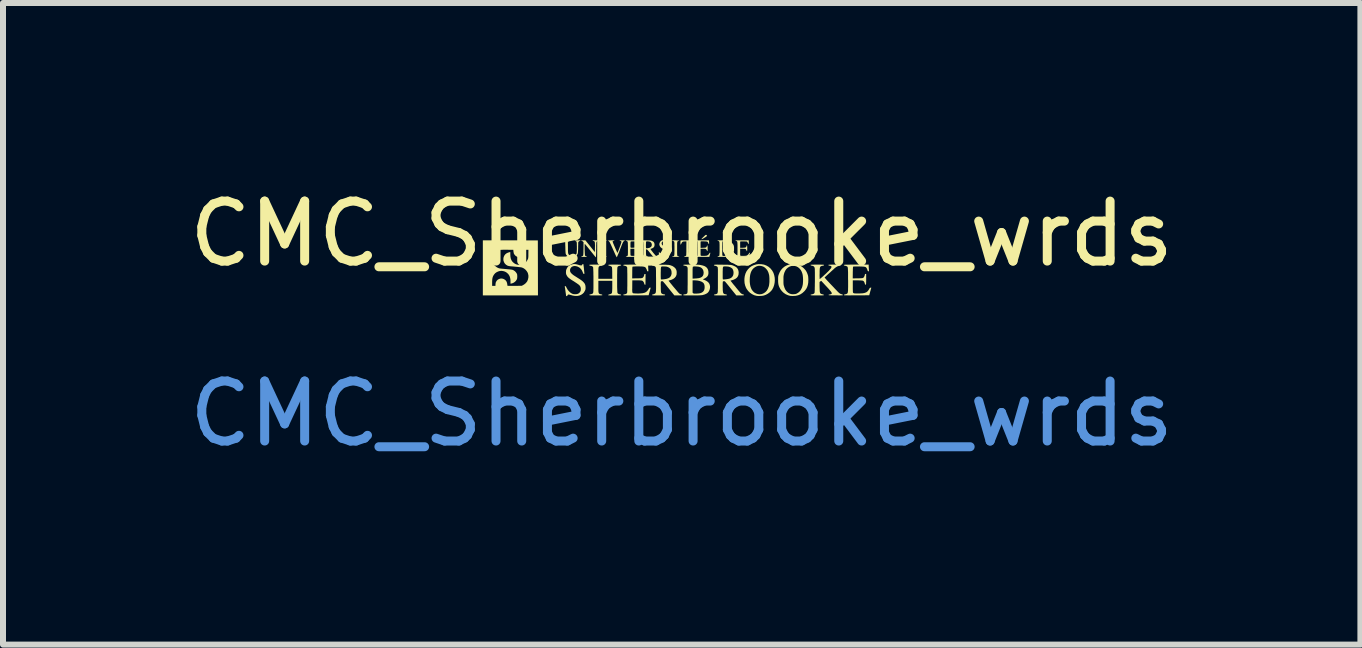
<source format=kicad_pcb>
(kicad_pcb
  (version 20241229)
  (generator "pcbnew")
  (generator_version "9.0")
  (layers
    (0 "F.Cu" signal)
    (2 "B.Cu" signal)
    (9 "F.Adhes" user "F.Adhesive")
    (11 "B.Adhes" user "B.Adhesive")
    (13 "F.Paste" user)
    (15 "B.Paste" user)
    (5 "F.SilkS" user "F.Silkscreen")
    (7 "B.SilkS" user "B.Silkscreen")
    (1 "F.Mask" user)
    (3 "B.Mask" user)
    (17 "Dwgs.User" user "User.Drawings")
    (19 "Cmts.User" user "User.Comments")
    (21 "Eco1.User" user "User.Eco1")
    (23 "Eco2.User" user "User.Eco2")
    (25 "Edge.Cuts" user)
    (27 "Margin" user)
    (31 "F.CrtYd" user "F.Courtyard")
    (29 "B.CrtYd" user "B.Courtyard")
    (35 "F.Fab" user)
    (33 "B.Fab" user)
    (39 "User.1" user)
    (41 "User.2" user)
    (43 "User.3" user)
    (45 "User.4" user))
  (footprint "CMC_Sherbrooke_wrds"
    (layer "F.Cu")
    (at 8.315 1.348)
    (property "Reference" "CMC_Sherbrooke_wrds" (at 0 -0.5 0) (unlocked yes) (layer "F.SilkS") (effects (font (size 1 1) (thickness 0.15))))
    (attr smd)
    (fp_poly (pts (xy 0.416 -0.479) (xy 0.421 -0.472) (xy 0.42 -0.463) (xy 0.42 -0.462) (xy 0.414 -0.457) (xy 0.404 -0.449) (xy 0.39 -0.44) (xy 0.375 -0.431) (xy 0.361 -0.422) (xy 0.347 -0.415) (xy 0.337 -0.411) (xy 0.333 -0.41) (xy 0.33 -0.41) (xy 0.33 -0.413) (xy 0.333 -0.417) (xy 0.339 -0.424) (xy 0.35 -0.436) (xy 0.362 -0.447) (xy 0.378 -0.463) (xy 0.39 -0.474) (xy 0.398 -0.48) (xy 0.404 -0.483) (xy 0.407 -0.483)) (stroke (width 0) (type solid)) (fill yes) (layer "F.SilkS"))
    (fp_poly (pts (xy -1.286 -0.391) (xy -1.269 -0.391) (xy -1.258 -0.39) (xy -1.252 -0.389) (xy -1.249 -0.387) (xy -1.249 -0.387) (xy -1.252 -0.383) (xy -1.261 -0.381) (xy -1.261 -0.381) (xy -1.272 -0.378) (xy -1.281 -0.373) (xy -1.283 -0.37) (xy -1.284 -0.367) (xy -1.286 -0.362) (xy -1.287 -0.355) (xy -1.287 -0.344) (xy -1.288 -0.33) (xy -1.288 -0.31) (xy -1.288 -0.284) (xy -1.289 -0.259) (xy -1.289 -0.232) (xy -1.288 -0.206) (xy -1.288 -0.183) (xy -1.287 -0.164) (xy -1.287 -0.15) (xy -1.286 -0.142) (xy -1.286 -0.142) (xy -1.281 -0.132) (xy -1.272 -0.127) (xy -1.272 -0.127) (xy -1.259 -0.124) (xy -1.252 -0.122) (xy -1.25 -0.12) (xy -1.249 -0.118) (xy -1.253 -0.117) (xy -1.263 -0.116) (xy -1.278 -0.115) (xy -1.297 -0.115) (xy -1.31 -0.115) (xy -1.33 -0.115) (xy -1.348 -0.115) (xy -1.361 -0.116) (xy -1.369 -0.117) (xy -1.371 -0.118) (xy -1.368 -0.121) (xy -1.36 -0.124) (xy -1.353 -0.126) (xy -1.342 -0.13) (xy -1.337 -0.135) (xy -1.334 -0.142) (xy -1.334 -0.142) (xy -1.333 -0.15) (xy -1.332 -0.164) (xy -1.331 -0.183) (xy -1.331 -0.205) (xy -1.331 -0.23) (xy -1.331 -0.256) (xy -1.331 -0.281) (xy -1.331 -0.305) (xy -1.332 -0.326) (xy -1.332 -0.343) (xy -1.333 -0.355) (xy -1.334 -0.36) (xy -1.338 -0.372) (xy -1.345 -0.378) (xy -1.356 -0.38) (xy -1.359 -0.38) (xy -1.368 -0.382) (xy -1.371 -0.386) (xy -1.37 -0.388) (xy -1.366 -0.389) (xy -1.359 -0.39) (xy -1.348 -0.391) (xy -1.33 -0.391) (xy -1.31 -0.391)) (stroke (width 0) (type solid)) (fill yes) (layer "F.SilkS"))
    (fp_poly (pts (xy -0.1 -0.391) (xy -0.082 -0.39) (xy -0.065 -0.389) (xy -0.051 -0.388) (xy -0.042 -0.387) (xy -0.039 -0.386) (xy -0.042 -0.383) (xy -0.05 -0.38) (xy -0.053 -0.38) (xy -0.059 -0.379) (xy -0.064 -0.377) (xy -0.068 -0.374) (xy -0.071 -0.369) (xy -0.073 -0.362) (xy -0.075 -0.35) (xy -0.076 -0.335) (xy -0.076 -0.314) (xy -0.076 -0.288) (xy -0.076 -0.255) (xy -0.076 -0.251) (xy -0.076 -0.219) (xy -0.076 -0.194) (xy -0.076 -0.174) (xy -0.075 -0.159) (xy -0.075 -0.149) (xy -0.074 -0.141) (xy -0.073 -0.137) (xy -0.071 -0.134) (xy -0.069 -0.132) (xy -0.062 -0.127) (xy -0.057 -0.126) (xy -0.048 -0.124) (xy -0.041 -0.121) (xy -0.039 -0.118) (xy -0.043 -0.117) (xy -0.052 -0.116) (xy -0.067 -0.115) (xy -0.085 -0.115) (xy -0.1 -0.115) (xy -0.124 -0.115) (xy -0.142 -0.116) (xy -0.155 -0.117) (xy -0.161 -0.118) (xy -0.161 -0.118) (xy -0.158 -0.121) (xy -0.15 -0.124) (xy -0.146 -0.124) (xy -0.139 -0.126) (xy -0.134 -0.127) (xy -0.129 -0.13) (xy -0.126 -0.135) (xy -0.124 -0.143) (xy -0.122 -0.154) (xy -0.121 -0.17) (xy -0.121 -0.19) (xy -0.12 -0.216) (xy -0.12 -0.249) (xy -0.12 -0.254) (xy -0.12 -0.286) (xy -0.121 -0.311) (xy -0.121 -0.33) (xy -0.121 -0.345) (xy -0.122 -0.355) (xy -0.123 -0.362) (xy -0.124 -0.367) (xy -0.126 -0.37) (xy -0.128 -0.373) (xy -0.128 -0.373) (xy -0.136 -0.378) (xy -0.142 -0.38) (xy -0.152 -0.382) (xy -0.159 -0.385) (xy -0.161 -0.388) (xy -0.158 -0.389) (xy -0.148 -0.39) (xy -0.135 -0.391) (xy -0.118 -0.391)) (stroke (width 0) (type solid)) (fill yes) (layer "F.SilkS"))
    (fp_poly (pts (xy 0.22 -0.362) (xy 0.22 -0.341) (xy 0.219 -0.327) (xy 0.217 -0.32) (xy 0.213 -0.321) (xy 0.208 -0.329) (xy 0.202 -0.342) (xy 0.194 -0.356) (xy 0.184 -0.365) (xy 0.17 -0.371) (xy 0.15 -0.373) (xy 0.144 -0.373) (xy 0.119 -0.373) (xy 0.119 -0.267) (xy 0.12 -0.231) (xy 0.12 -0.202) (xy 0.121 -0.179) (xy 0.122 -0.161) (xy 0.123 -0.147) (xy 0.125 -0.138) (xy 0.128 -0.132) (xy 0.131 -0.129) (xy 0.138 -0.127) (xy 0.148 -0.124) (xy 0.15 -0.124) (xy 0.16 -0.122) (xy 0.164 -0.119) (xy 0.161 -0.118) (xy 0.151 -0.116) (xy 0.135 -0.115) (xy 0.114 -0.115) (xy 0.101 -0.115) (xy 0.08 -0.115) (xy 0.063 -0.115) (xy 0.049 -0.116) (xy 0.04 -0.117) (xy 0.038 -0.118) (xy 0.041 -0.121) (xy 0.05 -0.124) (xy 0.056 -0.126) (xy 0.067 -0.131) (xy 0.074 -0.136) (xy 0.075 -0.141) (xy 0.076 -0.147) (xy 0.077 -0.159) (xy 0.077 -0.176) (xy 0.078 -0.199) (xy 0.078 -0.224) (xy 0.078 -0.252) (xy 0.078 -0.261) (xy 0.079 -0.373) (xy 0.056 -0.373) (xy 0.035 -0.372) (xy 0.02 -0.369) (xy 0.009 -0.362) (xy 0.001 -0.35) (xy -0.007 -0.333) (xy -0.01 -0.328) (xy -0.013 -0.321) (xy -0.017 -0.319) (xy -0.017 -0.319) (xy -0.019 -0.324) (xy -0.02 -0.334) (xy -0.021 -0.347) (xy -0.021 -0.36) (xy -0.02 -0.373) (xy -0.019 -0.383) (xy -0.019 -0.386) (xy -0.017 -0.387) (xy -0.014 -0.389) (xy -0.009 -0.39) (xy 0.000051 -0.39) (xy 0.013 -0.391) (xy 0.03 -0.391) (xy 0.053 -0.391) (xy 0.082 -0.391) (xy 0.101 -0.391) (xy 0.218 -0.391)) (stroke (width 0) (type solid)) (fill yes) (layer "F.SilkS"))
    (fp_poly (pts (xy 1.331 0.007) (xy 1.373 0.014) (xy 1.412 0.029) (xy 1.447 0.049) (xy 1.479 0.076) (xy 1.506 0.109) (xy 1.512 0.118) (xy 1.531 0.153) (xy 1.543 0.191) (xy 1.551 0.231) (xy 1.553 0.272) (xy 1.55 0.314) (xy 1.542 0.354) (xy 1.529 0.392) (xy 1.511 0.427) (xy 1.497 0.446) (xy 1.47 0.474) (xy 1.438 0.498) (xy 1.403 0.517) (xy 1.37 0.529) (xy 1.354 0.532) (xy 1.334 0.535) (xy 1.31 0.536) (xy 1.287 0.537) (xy 1.266 0.536) (xy 1.25 0.534) (xy 1.249 0.534) (xy 1.21 0.524) (xy 1.173 0.506) (xy 1.139 0.483) (xy 1.109 0.454) (xy 1.084 0.42) (xy 1.071 0.396) (xy 1.058 0.361) (xy 1.049 0.323) (xy 1.046 0.281) (xy 1.046 0.262) (xy 1.135 0.262) (xy 1.135 0.301) (xy 1.139 0.339) (xy 1.146 0.375) (xy 1.157 0.407) (xy 1.169 0.432) (xy 1.19 0.459) (xy 1.214 0.481) (xy 1.242 0.496) (xy 1.271 0.506) (xy 1.302 0.509) (xy 1.333 0.505) (xy 1.34 0.503) (xy 1.37 0.49) (xy 1.397 0.471) (xy 1.419 0.447) (xy 1.437 0.417) (xy 1.451 0.381) (xy 1.457 0.357) (xy 1.46 0.333) (xy 1.463 0.304) (xy 1.463 0.273) (xy 1.463 0.241) (xy 1.461 0.212) (xy 1.458 0.187) (xy 1.457 0.184) (xy 1.447 0.148) (xy 1.432 0.115) (xy 1.412 0.088) (xy 1.389 0.065) (xy 1.363 0.048) (xy 1.334 0.038) (xy 1.303 0.033) (xy 1.28 0.034) (xy 1.252 0.041) (xy 1.225 0.055) (xy 1.2 0.073) (xy 1.179 0.096) (xy 1.163 0.122) (xy 1.151 0.151) (xy 1.142 0.185) (xy 1.137 0.223) (xy 1.135 0.262) (xy 1.046 0.262) (xy 1.047 0.24) (xy 1.052 0.204) (xy 1.064 0.162) (xy 1.082 0.124) (xy 1.106 0.091) (xy 1.134 0.062) (xy 1.167 0.039) (xy 1.204 0.022) (xy 1.244 0.01) (xy 1.285 0.005)) (stroke (width 0) (type solid)) (fill yes) (layer "F.SilkS"))
    (fp_poly (pts (xy -0.972 -0.391) (xy -0.959 -0.391) (xy -0.952 -0.39) (xy -0.949 -0.388) (xy -0.949 -0.387) (xy -0.953 -0.382) (xy -0.961 -0.378) (xy -0.97 -0.372) (xy -0.978 -0.362) (xy -0.978 -0.361) (xy -0.981 -0.355) (xy -0.986 -0.343) (xy -0.994 -0.325) (xy -1.002 -0.304) (xy -1.012 -0.279) (xy -1.023 -0.251) (xy -1.031 -0.229) (xy -1.042 -0.201) (xy -1.052 -0.176) (xy -1.062 -0.153) (xy -1.07 -0.134) (xy -1.076 -0.12) (xy -1.08 -0.111) (xy -1.081 -0.109) (xy -1.084 -0.111) (xy -1.089 -0.12) (xy -1.096 -0.133) (xy -1.104 -0.149) (xy -1.109 -0.16) (xy -1.128 -0.203) (xy -1.145 -0.24) (xy -1.159 -0.272) (xy -1.171 -0.298) (xy -1.18 -0.319) (xy -1.189 -0.336) (xy -1.195 -0.35) (xy -1.201 -0.36) (xy -1.205 -0.367) (xy -1.209 -0.372) (xy -1.212 -0.376) (xy -1.215 -0.378) (xy -1.219 -0.379) (xy -1.221 -0.379) (xy -1.23 -0.383) (xy -1.231 -0.385) (xy -1.225 -0.387) (xy -1.212 -0.389) (xy -1.192 -0.39) (xy -1.175 -0.391) (xy -1.152 -0.391) (xy -1.135 -0.39) (xy -1.124 -0.389) (xy -1.12 -0.388) (xy -1.12 -0.388) (xy -1.123 -0.385) (xy -1.13 -0.382) (xy -1.142 -0.379) (xy -1.148 -0.377) (xy -1.151 -0.373) (xy -1.152 -0.371) (xy -1.151 -0.367) (xy -1.147 -0.357) (xy -1.142 -0.342) (xy -1.134 -0.324) (xy -1.126 -0.304) (xy -1.116 -0.282) (xy -1.107 -0.26) (xy -1.097 -0.238) (xy -1.089 -0.219) (xy -1.081 -0.202) (xy -1.076 -0.193) (xy -1.07 -0.18) (xy -1.043 -0.25) (xy -1.031 -0.283) (xy -1.021 -0.309) (xy -1.014 -0.33) (xy -1.009 -0.346) (xy -1.005 -0.358) (xy -1.004 -0.366) (xy -1.005 -0.372) (xy -1.007 -0.375) (xy -1.011 -0.377) (xy -1.016 -0.379) (xy -1.016 -0.379) (xy -1.028 -0.382) (xy -1.033 -0.384) (xy -1.035 -0.387) (xy -1.035 -0.388) (xy -1.032 -0.389) (xy -1.021 -0.391) (xy -1.005 -0.391) (xy -0.991 -0.391)) (stroke (width 0) (type solid)) (fill yes) (layer "F.SilkS"))
    (fp_poly (pts (xy -0.262 -0.391) (xy -0.248 -0.387) (xy -0.238 -0.385) (xy -0.232 -0.384) (xy -0.228 -0.387) (xy -0.227 -0.389) (xy -0.222 -0.395) (xy -0.217 -0.394) (xy -0.214 -0.386) (xy -0.211 -0.374) (xy -0.209 -0.35) (xy -0.207 -0.333) (xy -0.206 -0.321) (xy -0.206 -0.313) (xy -0.206 -0.309) (xy -0.207 -0.307) (xy -0.209 -0.307) (xy -0.21 -0.307) (xy -0.215 -0.31) (xy -0.22 -0.318) (xy -0.22 -0.32) (xy -0.23 -0.342) (xy -0.246 -0.359) (xy -0.254 -0.366) (xy -0.271 -0.375) (xy -0.289 -0.379) (xy -0.305 -0.378) (xy -0.319 -0.371) (xy -0.329 -0.361) (xy -0.334 -0.346) (xy -0.334 -0.339) (xy -0.333 -0.329) (xy -0.328 -0.319) (xy -0.319 -0.309) (xy -0.305 -0.298) (xy -0.286 -0.285) (xy -0.278 -0.28) (xy -0.25 -0.262) (xy -0.229 -0.246) (xy -0.214 -0.232) (xy -0.204 -0.218) (xy -0.198 -0.204) (xy -0.198 -0.202) (xy -0.195 -0.18) (xy -0.199 -0.161) (xy -0.21 -0.144) (xy -0.22 -0.133) (xy -0.233 -0.122) (xy -0.245 -0.115) (xy -0.257 -0.111) (xy -0.275 -0.108) (xy -0.289 -0.108) (xy -0.304 -0.11) (xy -0.32 -0.115) (xy -0.336 -0.119) (xy -0.347 -0.122) (xy -0.354 -0.121) (xy -0.357 -0.118) (xy -0.358 -0.115) (xy -0.362 -0.11) (xy -0.367 -0.107) (xy -0.371 -0.109) (xy -0.371 -0.111) (xy -0.372 -0.116) (xy -0.373 -0.126) (xy -0.375 -0.141) (xy -0.377 -0.154) (xy -0.38 -0.175) (xy -0.381 -0.189) (xy -0.379 -0.197) (xy -0.376 -0.197) (xy -0.371 -0.191) (xy -0.367 -0.184) (xy -0.352 -0.159) (xy -0.335 -0.142) (xy -0.321 -0.133) (xy -0.302 -0.127) (xy -0.283 -0.126) (xy -0.266 -0.13) (xy -0.252 -0.139) (xy -0.243 -0.152) (xy -0.239 -0.168) (xy -0.239 -0.171) (xy -0.24 -0.184) (xy -0.246 -0.196) (xy -0.256 -0.208) (xy -0.272 -0.221) (xy -0.282 -0.228) (xy -0.298 -0.238) (xy -0.315 -0.249) (xy -0.329 -0.258) (xy -0.334 -0.261) (xy -0.353 -0.278) (xy -0.365 -0.296) (xy -0.372 -0.317) (xy -0.371 -0.338) (xy -0.364 -0.357) (xy -0.352 -0.375) (xy -0.336 -0.388) (xy -0.316 -0.394) (xy -0.291 -0.395)) (stroke (width 0) (type solid)) (fill yes) (layer "F.SilkS"))
    (fp_poly (pts (xy 0.681 -0.391) (xy 0.703 -0.391) (xy 0.723 -0.39) (xy 0.742 -0.389) (xy 0.756 -0.387) (xy 0.763 -0.386) (xy 0.795 -0.376) (xy 0.823 -0.361) (xy 0.845 -0.341) (xy 0.862 -0.318) (xy 0.865 -0.311) (xy 0.869 -0.301) (xy 0.871 -0.29) (xy 0.873 -0.275) (xy 0.873 -0.256) (xy 0.873 -0.255) (xy 0.873 -0.237) (xy 0.873 -0.223) (xy 0.871 -0.213) (xy 0.868 -0.204) (xy 0.864 -0.195) (xy 0.847 -0.168) (xy 0.826 -0.146) (xy 0.8 -0.13) (xy 0.769 -0.12) (xy 0.766 -0.119) (xy 0.756 -0.118) (xy 0.742 -0.117) (xy 0.723 -0.116) (xy 0.703 -0.115) (xy 0.681 -0.115) (xy 0.659 -0.115) (xy 0.639 -0.115) (xy 0.621 -0.115) (xy 0.607 -0.116) (xy 0.598 -0.117) (xy 0.595 -0.118) (xy 0.598 -0.121) (xy 0.606 -0.125) (xy 0.61 -0.126) (xy 0.62 -0.13) (xy 0.627 -0.135) (xy 0.628 -0.137) (xy 0.629 -0.143) (xy 0.63 -0.155) (xy 0.631 -0.174) (xy 0.632 -0.199) (xy 0.632 -0.228) (xy 0.632 -0.253) (xy 0.676 -0.253) (xy 0.676 -0.221) (xy 0.676 -0.195) (xy 0.677 -0.175) (xy 0.677 -0.16) (xy 0.678 -0.149) (xy 0.679 -0.142) (xy 0.68 -0.137) (xy 0.681 -0.135) (xy 0.683 -0.133) (xy 0.691 -0.131) (xy 0.704 -0.131) (xy 0.72 -0.132) (xy 0.736 -0.134) (xy 0.752 -0.137) (xy 0.758 -0.139) (xy 0.779 -0.149) (xy 0.798 -0.165) (xy 0.813 -0.184) (xy 0.82 -0.198) (xy 0.825 -0.219) (xy 0.828 -0.243) (xy 0.827 -0.269) (xy 0.824 -0.292) (xy 0.822 -0.298) (xy 0.814 -0.316) (xy 0.8 -0.335) (xy 0.784 -0.35) (xy 0.771 -0.359) (xy 0.755 -0.365) (xy 0.737 -0.37) (xy 0.718 -0.373) (xy 0.701 -0.374) (xy 0.687 -0.373) (xy 0.679 -0.371) (xy 0.679 -0.367) (xy 0.678 -0.356) (xy 0.677 -0.34) (xy 0.677 -0.319) (xy 0.676 -0.295) (xy 0.676 -0.267) (xy 0.676 -0.253) (xy 0.632 -0.253) (xy 0.632 -0.254) (xy 0.632 -0.287) (xy 0.632 -0.314) (xy 0.631 -0.334) (xy 0.631 -0.35) (xy 0.629 -0.361) (xy 0.627 -0.369) (xy 0.624 -0.374) (xy 0.62 -0.377) (xy 0.615 -0.379) (xy 0.61 -0.38) (xy 0.601 -0.383) (xy 0.596 -0.386) (xy 0.596 -0.387) (xy 0.599 -0.389) (xy 0.608 -0.39) (xy 0.622 -0.391) (xy 0.639 -0.391) (xy 0.66 -0.392)) (stroke (width 0) (type solid)) (fill yes) (layer "F.SilkS"))
    (fp_poly (pts (xy -1.718 -0.391) (xy -1.704 -0.391) (xy -1.695 -0.39) (xy -1.69 -0.389) (xy -1.688 -0.387) (xy -1.688 -0.386) (xy -1.691 -0.381) (xy -1.698 -0.38) (xy -1.708 -0.377) (xy -1.718 -0.369) (xy -1.724 -0.358) (xy -1.725 -0.352) (xy -1.725 -0.345) (xy -1.725 -0.332) (xy -1.725 -0.315) (xy -1.726 -0.294) (xy -1.726 -0.27) (xy -1.726 -0.264) (xy -1.727 -0.236) (xy -1.728 -0.214) (xy -1.729 -0.197) (xy -1.73 -0.185) (xy -1.732 -0.175) (xy -1.734 -0.168) (xy -1.745 -0.146) (xy -1.762 -0.129) (xy -1.779 -0.118) (xy -1.793 -0.114) (xy -1.812 -0.11) (xy -1.833 -0.109) (xy -1.853 -0.109) (xy -1.868 -0.111) (xy -1.892 -0.119) (xy -1.911 -0.133) (xy -1.927 -0.153) (xy -1.93 -0.159) (xy -1.932 -0.164) (xy -1.934 -0.17) (xy -1.935 -0.178) (xy -1.936 -0.189) (xy -1.937 -0.204) (xy -1.938 -0.224) (xy -1.939 -0.25) (xy -1.939 -0.268) (xy -1.94 -0.294) (xy -1.941 -0.318) (xy -1.941 -0.339) (xy -1.942 -0.355) (xy -1.943 -0.366) (xy -1.944 -0.37) (xy -1.95 -0.376) (xy -1.957 -0.379) (xy -1.968 -0.382) (xy -1.974 -0.384) (xy -1.976 -0.386) (xy -1.976 -0.388) (xy -1.972 -0.389) (xy -1.962 -0.39) (xy -1.944 -0.391) (xy -1.92 -0.391) (xy -1.917 -0.391) (xy -1.894 -0.391) (xy -1.878 -0.391) (xy -1.868 -0.39) (xy -1.861 -0.389) (xy -1.858 -0.388) (xy -1.858 -0.386) (xy -1.861 -0.381) (xy -1.868 -0.38) (xy -1.879 -0.378) (xy -1.888 -0.373) (xy -1.897 -0.366) (xy -1.896 -0.276) (xy -1.896 -0.245) (xy -1.896 -0.22) (xy -1.895 -0.201) (xy -1.894 -0.186) (xy -1.892 -0.174) (xy -1.889 -0.165) (xy -1.885 -0.158) (xy -1.88 -0.151) (xy -1.879 -0.15) (xy -1.866 -0.138) (xy -1.847 -0.13) (xy -1.827 -0.128) (xy -1.801 -0.131) (xy -1.78 -0.138) (xy -1.764 -0.151) (xy -1.754 -0.168) (xy -1.751 -0.176) (xy -1.75 -0.185) (xy -1.749 -0.201) (xy -1.748 -0.22) (xy -1.747 -0.242) (xy -1.747 -0.266) (xy -1.747 -0.29) (xy -1.748 -0.312) (xy -1.748 -0.333) (xy -1.749 -0.349) (xy -1.751 -0.361) (xy -1.752 -0.366) (xy -1.759 -0.373) (xy -1.768 -0.379) (xy -1.768 -0.379) (xy -1.778 -0.383) (xy -1.785 -0.387) (xy -1.785 -0.387) (xy -1.785 -0.389) (xy -1.781 -0.39) (xy -1.772 -0.391) (xy -1.757 -0.391) (xy -1.739 -0.391)) (stroke (width 0) (type solid)) (fill yes) (layer "F.SilkS"))
    (fp_poly (pts (xy -1.526 -0.293) (xy -1.447 -0.194) (xy -1.446 -0.273) (xy -1.445 -0.303) (xy -1.446 -0.327) (xy -1.447 -0.345) (xy -1.448 -0.358) (xy -1.451 -0.368) (xy -1.455 -0.374) (xy -1.46 -0.377) (xy -1.466 -0.379) (xy -1.477 -0.381) (xy -1.483 -0.384) (xy -1.485 -0.386) (xy -1.485 -0.388) (xy -1.482 -0.389) (xy -1.471 -0.391) (xy -1.454 -0.391) (xy -1.435 -0.391) (xy -1.414 -0.391) (xy -1.399 -0.391) (xy -1.39 -0.39) (xy -1.387 -0.388) (xy -1.387 -0.387) (xy -1.391 -0.383) (xy -1.399 -0.38) (xy -1.399 -0.38) (xy -1.41 -0.375) (xy -1.417 -0.369) (xy -1.419 -0.366) (xy -1.421 -0.363) (xy -1.422 -0.358) (xy -1.423 -0.351) (xy -1.424 -0.34) (xy -1.424 -0.326) (xy -1.425 -0.307) (xy -1.425 -0.282) (xy -1.425 -0.252) (xy -1.426 -0.234) (xy -1.426 -0.205) (xy -1.426 -0.177) (xy -1.427 -0.153) (xy -1.428 -0.133) (xy -1.428 -0.119) (xy -1.429 -0.11) (xy -1.43 -0.107) (xy -1.433 -0.11) (xy -1.44 -0.118) (xy -1.45 -0.13) (xy -1.463 -0.145) (xy -1.477 -0.163) (xy -1.485 -0.173) (xy -1.503 -0.195) (xy -1.523 -0.22) (xy -1.542 -0.244) (xy -1.56 -0.266) (xy -1.574 -0.284) (xy -1.575 -0.285) (xy -1.588 -0.301) (xy -1.599 -0.314) (xy -1.608 -0.325) (xy -1.614 -0.331) (xy -1.616 -0.332) (xy -1.617 -0.329) (xy -1.617 -0.319) (xy -1.618 -0.305) (xy -1.618 -0.286) (xy -1.618 -0.265) (xy -1.618 -0.242) (xy -1.617 -0.219) (xy -1.616 -0.197) (xy -1.615 -0.176) (xy -1.614 -0.159) (xy -1.613 -0.146) (xy -1.612 -0.139) (xy -1.612 -0.138) (xy -1.605 -0.132) (xy -1.595 -0.126) (xy -1.592 -0.125) (xy -1.583 -0.122) (xy -1.578 -0.119) (xy -1.577 -0.118) (xy -1.581 -0.117) (xy -1.59 -0.116) (xy -1.605 -0.115) (xy -1.622 -0.115) (xy -1.627 -0.115) (xy -1.651 -0.115) (xy -1.667 -0.116) (xy -1.675 -0.118) (xy -1.676 -0.12) (xy -1.67 -0.123) (xy -1.663 -0.126) (xy -1.656 -0.128) (xy -1.651 -0.13) (xy -1.647 -0.133) (xy -1.643 -0.138) (xy -1.641 -0.145) (xy -1.64 -0.157) (xy -1.639 -0.172) (xy -1.638 -0.192) (xy -1.638 -0.218) (xy -1.637 -0.25) (xy -1.636 -0.359) (xy -1.646 -0.37) (xy -1.655 -0.377) (xy -1.664 -0.381) (xy -1.665 -0.381) (xy -1.673 -0.384) (xy -1.676 -0.387) (xy -1.675 -0.389) (xy -1.669 -0.39) (xy -1.658 -0.391) (xy -1.641 -0.391) (xy -1.605 -0.391)) (stroke (width 0) (type solid)) (fill yes) (layer "F.SilkS"))
    (fp_poly (pts (xy 1.901 0.008) (xy 1.938 0.015) (xy 1.971 0.027) (xy 2.001 0.046) (xy 2.031 0.07) (xy 2.038 0.077) (xy 2.053 0.093) (xy 2.065 0.107) (xy 2.074 0.12) (xy 2.082 0.135) (xy 2.085 0.14) (xy 2.096 0.166) (xy 2.104 0.189) (xy 2.109 0.212) (xy 2.111 0.238) (xy 2.112 0.268) (xy 2.112 0.273) (xy 2.11 0.316) (xy 2.103 0.354) (xy 2.092 0.388) (xy 2.076 0.419) (xy 2.054 0.448) (xy 2.043 0.46) (xy 2.012 0.488) (xy 1.978 0.51) (xy 1.941 0.525) (xy 1.901 0.534) (xy 1.87 0.536) (xy 1.851 0.537) (xy 1.833 0.536) (xy 1.818 0.535) (xy 1.811 0.535) (xy 1.772 0.524) (xy 1.734 0.507) (xy 1.7 0.484) (xy 1.671 0.456) (xy 1.646 0.423) (xy 1.635 0.403) (xy 1.625 0.382) (xy 1.618 0.363) (xy 1.613 0.343) (xy 1.61 0.322) (xy 1.608 0.298) (xy 1.608 0.271) (xy 1.697 0.271) (xy 1.697 0.297) (xy 1.697 0.317) (xy 1.698 0.332) (xy 1.699 0.345) (xy 1.701 0.356) (xy 1.704 0.368) (xy 1.705 0.37) (xy 1.715 0.401) (xy 1.726 0.426) (xy 1.74 0.447) (xy 1.75 0.459) (xy 1.773 0.481) (xy 1.798 0.496) (xy 1.824 0.505) (xy 1.854 0.508) (xy 1.864 0.507) (xy 1.882 0.506) (xy 1.896 0.504) (xy 1.91 0.5) (xy 1.921 0.495) (xy 1.948 0.478) (xy 1.973 0.455) (xy 1.992 0.426) (xy 2.007 0.394) (xy 2.013 0.374) (xy 2.02 0.341) (xy 2.023 0.304) (xy 2.024 0.264) (xy 2.022 0.225) (xy 2.018 0.188) (xy 2.013 0.166) (xy 2.001 0.132) (xy 1.985 0.103) (xy 1.964 0.078) (xy 1.94 0.058) (xy 1.914 0.044) (xy 1.885 0.036) (xy 1.855 0.034) (xy 1.824 0.038) (xy 1.795 0.049) (xy 1.768 0.066) (xy 1.745 0.088) (xy 1.727 0.115) (xy 1.712 0.148) (xy 1.705 0.172) (xy 1.702 0.184) (xy 1.7 0.195) (xy 1.698 0.208) (xy 1.697 0.224) (xy 1.697 0.244) (xy 1.697 0.27) (xy 1.697 0.271) (xy 1.608 0.271) (xy 1.608 0.269) (xy 1.608 0.246) (xy 1.608 0.228) (xy 1.609 0.214) (xy 1.611 0.203) (xy 1.614 0.191) (xy 1.616 0.184) (xy 1.633 0.143) (xy 1.654 0.106) (xy 1.681 0.075) (xy 1.712 0.049) (xy 1.743 0.031) (xy 1.767 0.021) (xy 1.789 0.013) (xy 1.809 0.009) (xy 1.832 0.006) (xy 1.86 0.005) (xy 1.86 0.005)) (stroke (width 0) (type solid)) (fill yes) (layer "F.SilkS"))
    (fp_poly (pts (xy 0.455 -0.383) (xy 0.456 -0.375) (xy 0.457 -0.362) (xy 0.457 -0.354) (xy 0.457 -0.339) (xy 0.456 -0.331) (xy 0.452 -0.33) (xy 0.447 -0.336) (xy 0.442 -0.349) (xy 0.438 -0.358) (xy 0.432 -0.365) (xy 0.424 -0.369) (xy 0.411 -0.372) (xy 0.393 -0.373) (xy 0.372 -0.374) (xy 0.353 -0.374) (xy 0.338 -0.374) (xy 0.326 -0.374) (xy 0.32 -0.373) (xy 0.319 -0.373) (xy 0.317 -0.371) (xy 0.316 -0.365) (xy 0.315 -0.353) (xy 0.315 -0.335) (xy 0.315 -0.319) (xy 0.315 -0.265) (xy 0.356 -0.267) (xy 0.374 -0.268) (xy 0.389 -0.269) (xy 0.401 -0.271) (xy 0.406 -0.273) (xy 0.412 -0.279) (xy 0.418 -0.289) (xy 0.419 -0.292) (xy 0.422 -0.301) (xy 0.427 -0.306) (xy 0.428 -0.307) (xy 0.43 -0.305) (xy 0.431 -0.3) (xy 0.432 -0.29) (xy 0.433 -0.274) (xy 0.433 -0.259) (xy 0.433 -0.238) (xy 0.432 -0.224) (xy 0.431 -0.215) (xy 0.429 -0.211) (xy 0.428 -0.211) (xy 0.424 -0.214) (xy 0.42 -0.222) (xy 0.418 -0.226) (xy 0.414 -0.236) (xy 0.408 -0.243) (xy 0.399 -0.247) (xy 0.387 -0.25) (xy 0.369 -0.251) (xy 0.354 -0.251) (xy 0.315 -0.251) (xy 0.315 -0.194) (xy 0.315 -0.172) (xy 0.315 -0.156) (xy 0.316 -0.146) (xy 0.317 -0.139) (xy 0.319 -0.136) (xy 0.321 -0.134) (xy 0.321 -0.134) (xy 0.329 -0.133) (xy 0.342 -0.132) (xy 0.359 -0.132) (xy 0.377 -0.132) (xy 0.394 -0.133) (xy 0.408 -0.134) (xy 0.418 -0.136) (xy 0.419 -0.136) (xy 0.439 -0.146) (xy 0.453 -0.161) (xy 0.459 -0.17) (xy 0.465 -0.18) (xy 0.472 -0.185) (xy 0.473 -0.185) (xy 0.476 -0.184) (xy 0.477 -0.182) (xy 0.477 -0.177) (xy 0.475 -0.167) (xy 0.471 -0.151) (xy 0.47 -0.15) (xy 0.461 -0.115) (xy 0.347 -0.115) (xy 0.314 -0.115) (xy 0.286 -0.115) (xy 0.264 -0.116) (xy 0.247 -0.116) (xy 0.237 -0.117) (xy 0.234 -0.118) (xy 0.237 -0.121) (xy 0.245 -0.125) (xy 0.248 -0.126) (xy 0.259 -0.13) (xy 0.266 -0.136) (xy 0.267 -0.137) (xy 0.268 -0.143) (xy 0.269 -0.155) (xy 0.27 -0.172) (xy 0.27 -0.193) (xy 0.27 -0.216) (xy 0.27 -0.241) (xy 0.27 -0.267) (xy 0.269 -0.293) (xy 0.269 -0.316) (xy 0.268 -0.337) (xy 0.267 -0.354) (xy 0.266 -0.367) (xy 0.265 -0.373) (xy 0.264 -0.373) (xy 0.258 -0.377) (xy 0.248 -0.38) (xy 0.248 -0.38) (xy 0.239 -0.383) (xy 0.235 -0.387) (xy 0.235 -0.387) (xy 0.236 -0.388) (xy 0.241 -0.389) (xy 0.25 -0.39) (xy 0.264 -0.391) (xy 0.284 -0.391) (xy 0.309 -0.391) (xy 0.342 -0.391) (xy 0.455 -0.391)) (stroke (width 0) (type solid)) (fill yes) (layer "F.SilkS"))
    (fp_poly (pts (xy 1.119 -0.36) (xy 1.119 -0.343) (xy 1.117 -0.333) (xy 1.115 -0.329) (xy 1.11 -0.333) (xy 1.105 -0.344) (xy 1.103 -0.348) (xy 1.096 -0.361) (xy 1.09 -0.368) (xy 1.084 -0.371) (xy 1.077 -0.372) (xy 1.064 -0.372) (xy 1.047 -0.373) (xy 1.027 -0.373) (xy 1.007 -0.373) (xy 0.988 -0.373) (xy 0.982 -0.373) (xy 0.979 -0.372) (xy 0.977 -0.37) (xy 0.976 -0.364) (xy 0.975 -0.354) (xy 0.975 -0.339) (xy 0.975 -0.319) (xy 0.975 -0.266) (xy 1.017 -0.267) (xy 1.034 -0.268) (xy 1.049 -0.269) (xy 1.06 -0.271) (xy 1.065 -0.272) (xy 1.071 -0.277) (xy 1.078 -0.287) (xy 1.082 -0.297) (xy 1.082 -0.301) (xy 1.085 -0.306) (xy 1.088 -0.307) (xy 1.09 -0.306) (xy 1.091 -0.302) (xy 1.092 -0.294) (xy 1.093 -0.281) (xy 1.093 -0.262) (xy 1.093 -0.259) (xy 1.093 -0.238) (xy 1.092 -0.224) (xy 1.091 -0.216) (xy 1.09 -0.212) (xy 1.088 -0.211) (xy 1.084 -0.214) (xy 1.081 -0.221) (xy 1.077 -0.232) (xy 1.072 -0.24) (xy 1.068 -0.244) (xy 1.064 -0.247) (xy 1.057 -0.249) (xy 1.048 -0.25) (xy 1.033 -0.25) (xy 1.02 -0.251) (xy 0.975 -0.252) (xy 0.975 -0.194) (xy 0.975 -0.172) (xy 0.975 -0.157) (xy 0.976 -0.146) (xy 0.977 -0.139) (xy 0.979 -0.136) (xy 0.981 -0.134) (xy 0.982 -0.134) (xy 0.989 -0.133) (xy 1.002 -0.132) (xy 1.019 -0.132) (xy 1.037 -0.132) (xy 1.054 -0.133) (xy 1.069 -0.134) (xy 1.08 -0.136) (xy 1.081 -0.136) (xy 1.095 -0.143) (xy 1.109 -0.155) (xy 1.12 -0.17) (xy 1.123 -0.176) (xy 1.128 -0.181) (xy 1.134 -0.185) (xy 1.139 -0.185) (xy 1.14 -0.182) (xy 1.14 -0.18) (xy 1.138 -0.174) (xy 1.135 -0.163) (xy 1.131 -0.15) (xy 1.13 -0.145) (xy 1.122 -0.115) (xy 1.008 -0.115) (xy 0.979 -0.115) (xy 0.952 -0.115) (xy 0.93 -0.116) (xy 0.912 -0.116) (xy 0.9 -0.117) (xy 0.894 -0.118) (xy 0.894 -0.118) (xy 0.897 -0.122) (xy 0.905 -0.125) (xy 0.912 -0.126) (xy 0.92 -0.129) (xy 0.925 -0.134) (xy 0.927 -0.137) (xy 0.928 -0.142) (xy 0.929 -0.15) (xy 0.93 -0.161) (xy 0.93 -0.177) (xy 0.931 -0.197) (xy 0.931 -0.224) (xy 0.931 -0.253) (xy 0.931 -0.286) (xy 0.931 -0.313) (xy 0.93 -0.334) (xy 0.929 -0.349) (xy 0.928 -0.361) (xy 0.926 -0.369) (xy 0.923 -0.374) (xy 0.919 -0.377) (xy 0.914 -0.379) (xy 0.909 -0.38) (xy 0.9 -0.383) (xy 0.895 -0.386) (xy 0.895 -0.387) (xy 0.896 -0.388) (xy 0.901 -0.389) (xy 0.91 -0.39) (xy 0.924 -0.391) (xy 0.944 -0.391) (xy 0.97 -0.391) (xy 1.002 -0.391) (xy 1.118 -0.391)) (stroke (width 0) (type solid)) (fill yes) (layer "F.SilkS"))
    (fp_poly (pts (xy -0.711 -0.333) (xy -0.714 -0.331) (xy -0.715 -0.331) (xy -0.719 -0.334) (xy -0.723 -0.342) (xy -0.725 -0.346) (xy -0.728 -0.356) (xy -0.733 -0.363) (xy -0.74 -0.368) (xy -0.75 -0.371) (xy -0.765 -0.373) (xy -0.785 -0.373) (xy -0.798 -0.374) (xy -0.82 -0.373) (xy -0.835 -0.373) (xy -0.845 -0.372) (xy -0.85 -0.37) (xy -0.851 -0.369) (xy -0.852 -0.363) (xy -0.853 -0.352) (xy -0.854 -0.337) (xy -0.854 -0.319) (xy -0.854 -0.317) (xy -0.854 -0.297) (xy -0.854 -0.282) (xy -0.852 -0.274) (xy -0.851 -0.269) (xy -0.85 -0.269) (xy -0.844 -0.268) (xy -0.833 -0.268) (xy -0.818 -0.268) (xy -0.805 -0.268) (xy -0.784 -0.27) (xy -0.769 -0.272) (xy -0.76 -0.275) (xy -0.754 -0.28) (xy -0.75 -0.288) (xy -0.748 -0.293) (xy -0.744 -0.302) (xy -0.739 -0.306) (xy -0.739 -0.306) (xy -0.736 -0.306) (xy -0.735 -0.303) (xy -0.734 -0.298) (xy -0.733 -0.287) (xy -0.733 -0.271) (xy -0.733 -0.259) (xy -0.733 -0.239) (xy -0.733 -0.224) (xy -0.734 -0.216) (xy -0.736 -0.212) (xy -0.738 -0.211) (xy -0.742 -0.214) (xy -0.747 -0.222) (xy -0.749 -0.227) (xy -0.754 -0.236) (xy -0.76 -0.243) (xy -0.768 -0.247) (xy -0.781 -0.25) (xy -0.799 -0.251) (xy -0.816 -0.251) (xy -0.855 -0.251) (xy -0.855 -0.196) (xy -0.854 -0.175) (xy -0.854 -0.159) (xy -0.853 -0.148) (xy -0.852 -0.142) (xy -0.85 -0.138) (xy -0.848 -0.136) (xy -0.843 -0.134) (xy -0.834 -0.133) (xy -0.819 -0.132) (xy -0.798 -0.132) (xy -0.773 -0.133) (xy -0.754 -0.135) (xy -0.739 -0.14) (xy -0.728 -0.147) (xy -0.718 -0.157) (xy -0.711 -0.166) (xy -0.704 -0.176) (xy -0.697 -0.183) (xy -0.693 -0.185) (xy -0.691 -0.185) (xy -0.689 -0.183) (xy -0.689 -0.179) (xy -0.691 -0.171) (xy -0.694 -0.158) (xy -0.697 -0.148) (xy -0.706 -0.117) (xy -0.819 -0.116) (xy -0.85 -0.115) (xy -0.877 -0.116) (xy -0.899 -0.116) (xy -0.916 -0.116) (xy -0.927 -0.117) (xy -0.932 -0.118) (xy -0.932 -0.118) (xy -0.929 -0.121) (xy -0.921 -0.125) (xy -0.916 -0.126) (xy -0.906 -0.131) (xy -0.901 -0.136) (xy -0.898 -0.144) (xy -0.897 -0.151) (xy -0.897 -0.165) (xy -0.896 -0.183) (xy -0.896 -0.206) (xy -0.896 -0.231) (xy -0.896 -0.259) (xy -0.896 -0.261) (xy -0.896 -0.292) (xy -0.897 -0.316) (xy -0.897 -0.334) (xy -0.898 -0.348) (xy -0.899 -0.357) (xy -0.9 -0.364) (xy -0.901 -0.368) (xy -0.903 -0.371) (xy -0.904 -0.372) (xy -0.912 -0.378) (xy -0.922 -0.381) (xy -0.93 -0.383) (xy -0.935 -0.387) (xy -0.935 -0.387) (xy -0.934 -0.388) (xy -0.929 -0.389) (xy -0.921 -0.39) (xy -0.907 -0.391) (xy -0.889 -0.391) (xy -0.864 -0.391) (xy -0.833 -0.391) (xy -0.823 -0.391) (xy -0.711 -0.391)) (stroke (width 0) (type solid)) (fill yes) (layer "F.SilkS"))
    (fp_poly (pts (xy -0.624 -0.391) (xy -0.598 -0.391) (xy -0.594 -0.391) (xy -0.567 -0.39) (xy -0.546 -0.39) (xy -0.531 -0.389) (xy -0.519 -0.388) (xy -0.511 -0.386) (xy -0.503 -0.384) (xy -0.497 -0.382) (xy -0.494 -0.381) (xy -0.482 -0.374) (xy -0.471 -0.367) (xy -0.467 -0.364) (xy -0.458 -0.349) (xy -0.453 -0.331) (xy -0.452 -0.312) (xy -0.456 -0.293) (xy -0.462 -0.279) (xy -0.47 -0.272) (xy -0.481 -0.264) (xy -0.494 -0.257) (xy -0.505 -0.253) (xy -0.512 -0.251) (xy -0.519 -0.249) (xy -0.521 -0.248) (xy -0.519 -0.244) (xy -0.513 -0.235) (xy -0.505 -0.223) (xy -0.493 -0.208) (xy -0.479 -0.19) (xy -0.477 -0.187) (xy -0.459 -0.166) (xy -0.446 -0.15) (xy -0.436 -0.139) (xy -0.427 -0.132) (xy -0.421 -0.127) (xy -0.417 -0.126) (xy -0.408 -0.122) (xy -0.405 -0.119) (xy -0.41 -0.116) (xy -0.422 -0.115) (xy -0.439 -0.115) (xy -0.473 -0.115) (xy -0.524 -0.177) (xy -0.541 -0.198) (xy -0.554 -0.214) (xy -0.564 -0.225) (xy -0.571 -0.233) (xy -0.577 -0.237) (xy -0.581 -0.24) (xy -0.585 -0.24) (xy -0.595 -0.24) (xy -0.595 -0.197) (xy -0.595 -0.173) (xy -0.594 -0.156) (xy -0.592 -0.143) (xy -0.589 -0.135) (xy -0.584 -0.13) (xy -0.577 -0.127) (xy -0.572 -0.125) (xy -0.562 -0.122) (xy -0.557 -0.119) (xy -0.556 -0.118) (xy -0.559 -0.117) (xy -0.569 -0.116) (xy -0.583 -0.115) (xy -0.602 -0.115) (xy -0.615 -0.115) (xy -0.635 -0.115) (xy -0.652 -0.116) (xy -0.665 -0.116) (xy -0.672 -0.117) (xy -0.674 -0.118) (xy -0.671 -0.121) (xy -0.663 -0.125) (xy -0.658 -0.126) (xy -0.648 -0.13) (xy -0.643 -0.135) (xy -0.64 -0.144) (xy -0.64 -0.146) (xy -0.639 -0.154) (xy -0.638 -0.167) (xy -0.638 -0.186) (xy -0.638 -0.209) (xy -0.637 -0.235) (xy -0.638 -0.263) (xy -0.638 -0.263) (xy -0.638 -0.293) (xy -0.638 -0.303) (xy -0.596 -0.303) (xy -0.596 -0.286) (xy -0.595 -0.273) (xy -0.594 -0.263) (xy -0.594 -0.261) (xy -0.589 -0.259) (xy -0.579 -0.259) (xy -0.565 -0.26) (xy -0.551 -0.263) (xy -0.537 -0.266) (xy -0.527 -0.271) (xy -0.511 -0.282) (xy -0.501 -0.297) (xy -0.498 -0.315) (xy -0.498 -0.323) (xy -0.503 -0.342) (xy -0.513 -0.357) (xy -0.529 -0.368) (xy -0.551 -0.373) (xy -0.565 -0.374) (xy -0.58 -0.374) (xy -0.589 -0.372) (xy -0.593 -0.369) (xy -0.594 -0.364) (xy -0.595 -0.353) (xy -0.595 -0.338) (xy -0.596 -0.321) (xy -0.596 -0.303) (xy -0.638 -0.303) (xy -0.638 -0.317) (xy -0.639 -0.335) (xy -0.639 -0.348) (xy -0.64 -0.358) (xy -0.642 -0.364) (xy -0.643 -0.369) (xy -0.645 -0.372) (xy -0.646 -0.373) (xy -0.655 -0.379) (xy -0.663 -0.38) (xy -0.672 -0.382) (xy -0.674 -0.386) (xy -0.673 -0.388) (xy -0.671 -0.39) (xy -0.665 -0.391) (xy -0.656 -0.391) (xy -0.643 -0.391)) (stroke (width 0) (type solid)) (fill yes) (layer "F.SilkS"))
    (fp_poly (pts (xy -1.643 0.004) (xy -1.641 0.005) (xy -1.639 0.009) (xy -1.637 0.016) (xy -1.636 0.027) (xy -1.634 0.043) (xy -1.631 0.065) (xy -1.63 0.08) (xy -1.627 0.108) (xy -1.625 0.129) (xy -1.623 0.145) (xy -1.622 0.156) (xy -1.622 0.163) (xy -1.623 0.167) (xy -1.625 0.169) (xy -1.627 0.169) (xy -1.63 0.169) (xy -1.635 0.168) (xy -1.639 0.165) (xy -1.643 0.157) (xy -1.649 0.143) (xy -1.649 0.142) (xy -1.662 0.112) (xy -1.678 0.089) (xy -1.697 0.07) (xy -1.707 0.062) (xy -1.735 0.047) (xy -1.762 0.039) (xy -1.787 0.037) (xy -1.811 0.041) (xy -1.832 0.051) (xy -1.838 0.056) (xy -1.852 0.073) (xy -1.86 0.092) (xy -1.861 0.107) (xy -1.86 0.124) (xy -1.854 0.14) (xy -1.843 0.155) (xy -1.827 0.171) (xy -1.806 0.188) (xy -1.779 0.206) (xy -1.767 0.213) (xy -1.73 0.237) (xy -1.698 0.257) (xy -1.672 0.275) (xy -1.651 0.292) (xy -1.635 0.308) (xy -1.623 0.322) (xy -1.614 0.337) (xy -1.608 0.353) (xy -1.604 0.369) (xy -1.603 0.388) (xy -1.602 0.397) (xy -1.603 0.414) (xy -1.604 0.426) (xy -1.608 0.438) (xy -1.614 0.451) (xy -1.63 0.479) (xy -1.652 0.501) (xy -1.678 0.518) (xy -1.708 0.53) (xy -1.741 0.536) (xy -1.777 0.536) (xy -1.815 0.53) (xy -1.84 0.523) (xy -1.862 0.517) (xy -1.877 0.513) (xy -1.888 0.512) (xy -1.895 0.515) (xy -1.9 0.519) (xy -1.903 0.525) (xy -1.907 0.534) (xy -1.913 0.538) (xy -1.917 0.538) (xy -1.926 0.538) (xy -1.937 0.46) (xy -1.94 0.436) (xy -1.943 0.415) (xy -1.946 0.398) (xy -1.948 0.385) (xy -1.949 0.378) (xy -1.949 0.377) (xy -1.948 0.373) (xy -1.942 0.372) (xy -1.937 0.373) (xy -1.932 0.376) (xy -1.927 0.383) (xy -1.921 0.396) (xy -1.917 0.403) (xy -1.899 0.435) (xy -1.877 0.461) (xy -1.852 0.483) (xy -1.833 0.495) (xy -1.82 0.501) (xy -1.809 0.504) (xy -1.798 0.506) (xy -1.784 0.507) (xy -1.775 0.507) (xy -1.751 0.506) (xy -1.733 0.501) (xy -1.718 0.494) (xy -1.704 0.482) (xy -1.702 0.48) (xy -1.689 0.462) (xy -1.682 0.44) (xy -1.681 0.416) (xy -1.685 0.392) (xy -1.69 0.38) (xy -1.695 0.371) (xy -1.701 0.363) (xy -1.709 0.355) (xy -1.719 0.346) (xy -1.733 0.336) (xy -1.75 0.324) (xy -1.773 0.309) (xy -1.8 0.291) (xy -1.807 0.287) (xy -1.836 0.269) (xy -1.859 0.253) (xy -1.877 0.24) (xy -1.892 0.227) (xy -1.903 0.215) (xy -1.911 0.203) (xy -1.918 0.19) (xy -1.919 0.19) (xy -1.924 0.178) (xy -1.927 0.167) (xy -1.929 0.154) (xy -1.929 0.138) (xy -1.928 0.121) (xy -1.927 0.108) (xy -1.923 0.096) (xy -1.918 0.084) (xy -1.91 0.069) (xy -1.902 0.056) (xy -1.895 0.047) (xy -1.878 0.032) (xy -1.856 0.02) (xy -1.831 0.011) (xy -1.805 0.005) (xy -1.78 0.004) (xy -1.774 0.005) (xy -1.763 0.007) (xy -1.747 0.01) (xy -1.729 0.015) (xy -1.719 0.018) (xy -1.698 0.025) (xy -1.682 0.027) (xy -1.671 0.027) (xy -1.663 0.024) (xy -1.659 0.017) (xy -1.657 0.014) (xy -1.652 0.005) (xy -1.645 0.003)) (stroke (width 0) (type solid)) (fill yes) (layer "F.SilkS"))
    (fp_poly (pts (xy -0.559 0.028) (xy -0.559 0.038) (xy -0.558 0.052) (xy -0.558 0.07) (xy -0.557 0.083) (xy -0.555 0.125) (xy -0.566 0.125) (xy -0.573 0.124) (xy -0.577 0.12) (xy -0.579 0.111) (xy -0.583 0.096) (xy -0.591 0.08) (xy -0.599 0.066) (xy -0.607 0.058) (xy -0.616 0.053) (xy -0.629 0.049) (xy -0.636 0.048) (xy -0.646 0.046) (xy -0.662 0.045) (xy -0.681 0.045) (xy -0.702 0.044) (xy -0.725 0.044) (xy -0.748 0.044) (xy -0.77 0.044) (xy -0.789 0.045) (xy -0.804 0.046) (xy -0.814 0.047) (xy -0.818 0.047) (xy -0.819 0.05) (xy -0.821 0.054) (xy -0.822 0.061) (xy -0.823 0.073) (xy -0.823 0.089) (xy -0.824 0.111) (xy -0.824 0.139) (xy -0.824 0.147) (xy -0.825 0.244) (xy -0.745 0.242) (xy -0.718 0.242) (xy -0.697 0.241) (xy -0.681 0.241) (xy -0.67 0.239) (xy -0.662 0.238) (xy -0.656 0.236) (xy -0.652 0.234) (xy -0.641 0.224) (xy -0.631 0.208) (xy -0.625 0.187) (xy -0.624 0.183) (xy -0.622 0.174) (xy -0.618 0.17) (xy -0.612 0.17) (xy -0.602 0.171) (xy -0.603 0.259) (xy -0.603 0.284) (xy -0.603 0.306) (xy -0.603 0.324) (xy -0.604 0.338) (xy -0.604 0.347) (xy -0.605 0.349) (xy -0.609 0.349) (xy -0.614 0.348) (xy -0.621 0.343) (xy -0.624 0.332) (xy -0.629 0.314) (xy -0.639 0.298) (xy -0.65 0.286) (xy -0.655 0.283) (xy -0.661 0.281) (xy -0.668 0.279) (xy -0.678 0.278) (xy -0.691 0.277) (xy -0.71 0.276) (xy -0.734 0.276) (xy -0.746 0.276) (xy -0.823 0.276) (xy -0.824 0.375) (xy -0.824 0.407) (xy -0.825 0.433) (xy -0.824 0.453) (xy -0.823 0.468) (xy -0.821 0.478) (xy -0.817 0.485) (xy -0.812 0.49) (xy -0.804 0.492) (xy -0.795 0.493) (xy -0.783 0.494) (xy -0.782 0.494) (xy -0.759 0.495) (xy -0.732 0.496) (xy -0.705 0.495) (xy -0.678 0.493) (xy -0.655 0.491) (xy -0.639 0.488) (xy -0.613 0.481) (xy -0.592 0.469) (xy -0.574 0.453) (xy -0.557 0.43) (xy -0.548 0.415) (xy -0.542 0.405) (xy -0.537 0.4) (xy -0.53 0.398) (xy -0.528 0.398) (xy -0.516 0.398) (xy -0.534 0.462) (xy -0.551 0.525) (xy -0.762 0.526) (xy -0.806 0.526) (xy -0.844 0.527) (xy -0.876 0.527) (xy -0.902 0.527) (xy -0.923 0.526) (xy -0.939 0.526) (xy -0.951 0.526) (xy -0.96 0.525) (xy -0.966 0.525) (xy -0.97 0.524) (xy -0.972 0.523) (xy -0.972 0.521) (xy -0.973 0.52) (xy -0.972 0.514) (xy -0.971 0.512) (xy -0.967 0.512) (xy -0.958 0.51) (xy -0.95 0.509) (xy -0.931 0.503) (xy -0.918 0.496) (xy -0.91 0.485) (xy -0.91 0.484) (xy -0.909 0.478) (xy -0.908 0.466) (xy -0.907 0.448) (xy -0.907 0.425) (xy -0.907 0.398) (xy -0.906 0.368) (xy -0.906 0.335) (xy -0.906 0.301) (xy -0.906 0.266) (xy -0.906 0.232) (xy -0.906 0.198) (xy -0.906 0.166) (xy -0.907 0.136) (xy -0.907 0.11) (xy -0.908 0.089) (xy -0.908 0.072) (xy -0.909 0.061) (xy -0.91 0.057) (xy -0.917 0.047) (xy -0.929 0.039) (xy -0.948 0.033) (xy -0.95 0.033) (xy -0.961 0.031) (xy -0.969 0.029) (xy -0.971 0.029) (xy -0.972 0.026) (xy -0.973 0.022) (xy -0.972 0.02) (xy -0.972 0.019) (xy -0.97 0.018) (xy -0.966 0.017) (xy -0.96 0.016) (xy -0.95 0.015) (xy -0.938 0.015) (xy -0.921 0.015) (xy -0.9 0.015) (xy -0.873 0.014) (xy -0.841 0.014) (xy -0.802 0.014) (xy -0.766 0.014) (xy -0.559 0.014)) (stroke (width 0) (type solid)) (fill yes) (layer "F.SilkS"))
    (fp_poly (pts (xy 0.195 0.014) (xy 0.228 0.015) (xy 0.255 0.015) (xy 0.277 0.016) (xy 0.294 0.017) (xy 0.307 0.019) (xy 0.313 0.02) (xy 0.35 0.028) (xy 0.38 0.038) (xy 0.404 0.052) (xy 0.422 0.069) (xy 0.435 0.089) (xy 0.443 0.114) (xy 0.446 0.135) (xy 0.446 0.163) (xy 0.441 0.188) (xy 0.429 0.209) (xy 0.411 0.227) (xy 0.387 0.243) (xy 0.357 0.256) (xy 0.354 0.258) (xy 0.357 0.26) (xy 0.365 0.264) (xy 0.372 0.267) (xy 0.405 0.281) (xy 0.431 0.298) (xy 0.451 0.317) (xy 0.464 0.339) (xy 0.471 0.365) (xy 0.473 0.376) (xy 0.472 0.405) (xy 0.465 0.433) (xy 0.454 0.458) (xy 0.438 0.479) (xy 0.428 0.488) (xy 0.407 0.501) (xy 0.381 0.512) (xy 0.353 0.52) (xy 0.346 0.522) (xy 0.337 0.523) (xy 0.325 0.524) (xy 0.31 0.525) (xy 0.29 0.526) (xy 0.267 0.527) (xy 0.238 0.527) (xy 0.202 0.527) (xy 0.172 0.527) (xy 0.136 0.527) (xy 0.106 0.527) (xy 0.082 0.527) (xy 0.064 0.527) (xy 0.05 0.526) (xy 0.04 0.526) (xy 0.034 0.525) (xy 0.03 0.524) (xy 0.028 0.523) (xy 0.027 0.521) (xy 0.027 0.52) (xy 0.029 0.515) (xy 0.034 0.512) (xy 0.045 0.51) (xy 0.065 0.507) (xy 0.08 0.502) (xy 0.089 0.495) (xy 0.093 0.491) (xy 0.094 0.488) (xy 0.095 0.485) (xy 0.096 0.479) (xy 0.097 0.471) (xy 0.098 0.461) (xy 0.098 0.447) (xy 0.099 0.428) (xy 0.099 0.405) (xy 0.099 0.377) (xy 0.1 0.343) (xy 0.1 0.302) (xy 0.1 0.284) (xy 0.1 0.276) (xy 0.182 0.276) (xy 0.182 0.482) (xy 0.192 0.49) (xy 0.197 0.494) (xy 0.202 0.496) (xy 0.209 0.497) (xy 0.219 0.497) (xy 0.233 0.497) (xy 0.25 0.497) (xy 0.273 0.495) (xy 0.29 0.494) (xy 0.304 0.491) (xy 0.316 0.488) (xy 0.32 0.487) (xy 0.344 0.475) (xy 0.362 0.459) (xy 0.374 0.44) (xy 0.381 0.416) (xy 0.383 0.389) (xy 0.381 0.361) (xy 0.374 0.338) (xy 0.363 0.32) (xy 0.345 0.306) (xy 0.331 0.298) (xy 0.299 0.286) (xy 0.264 0.279) (xy 0.223 0.276) (xy 0.22 0.276) (xy 0.182 0.276) (xy 0.1 0.276) (xy 0.1 0.247) (xy 0.182 0.247) (xy 0.2 0.247) (xy 0.211 0.246) (xy 0.227 0.245) (xy 0.245 0.244) (xy 0.256 0.243) (xy 0.289 0.239) (xy 0.317 0.23) (xy 0.338 0.218) (xy 0.353 0.201) (xy 0.362 0.181) (xy 0.366 0.155) (xy 0.366 0.14) (xy 0.361 0.113) (xy 0.35 0.09) (xy 0.334 0.072) (xy 0.317 0.06) (xy 0.304 0.055) (xy 0.287 0.05) (xy 0.267 0.047) (xy 0.246 0.045) (xy 0.227 0.044) (xy 0.209 0.044) (xy 0.196 0.046) (xy 0.188 0.05) (xy 0.188 0.05) (xy 0.186 0.052) (xy 0.185 0.057) (xy 0.184 0.064) (xy 0.183 0.075) (xy 0.182 0.09) (xy 0.182 0.111) (xy 0.182 0.138) (xy 0.182 0.151) (xy 0.182 0.247) (xy 0.1 0.247) (xy 0.1 0.246) (xy 0.1 0.21) (xy 0.1 0.176) (xy 0.1 0.145) (xy 0.1 0.119) (xy 0.1 0.098) (xy 0.1 0.082) (xy 0.099 0.072) (xy 0.099 0.07) (xy 0.095 0.056) (xy 0.088 0.046) (xy 0.076 0.038) (xy 0.058 0.034) (xy 0.054 0.033) (xy 0.04 0.03) (xy 0.031 0.028) (xy 0.028 0.025) (xy 0.027 0.021) (xy 0.027 0.02) (xy 0.029 0.018) (xy 0.032 0.017) (xy 0.037 0.016) (xy 0.046 0.015) (xy 0.058 0.015) (xy 0.075 0.015) (xy 0.097 0.014) (xy 0.126 0.014) (xy 0.155 0.014)) (stroke (width 0) (type solid)) (fill yes) (layer "F.SilkS"))
    (fp_poly (pts (xy 3.118 0.034) (xy 3.118 0.046) (xy 3.119 0.063) (xy 3.12 0.082) (xy 3.121 0.089) (xy 3.123 0.126) (xy 3.113 0.124) (xy 3.107 0.123) (xy 3.103 0.119) (xy 3.099 0.111) (xy 3.095 0.098) (xy 3.09 0.084) (xy 3.084 0.073) (xy 3.078 0.064) (xy 3.07 0.057) (xy 3.06 0.052) (xy 3.045 0.049) (xy 3.027 0.047) (xy 3.003 0.046) (xy 2.973 0.045) (xy 2.956 0.045) (xy 2.926 0.045) (xy 2.901 0.045) (xy 2.881 0.045) (xy 2.867 0.046) (xy 2.86 0.047) (xy 2.86 0.047) (xy 2.858 0.049) (xy 2.857 0.054) (xy 2.856 0.062) (xy 2.855 0.073) (xy 2.854 0.089) (xy 2.854 0.111) (xy 2.853 0.139) (xy 2.853 0.147) (xy 2.852 0.244) (xy 2.933 0.242) (xy 2.961 0.242) (xy 2.983 0.241) (xy 3 0.24) (xy 3.012 0.239) (xy 3.02 0.237) (xy 3.024 0.236) (xy 3.034 0.228) (xy 3.043 0.214) (xy 3.05 0.198) (xy 3.054 0.183) (xy 3.056 0.174) (xy 3.06 0.17) (xy 3.066 0.169) (xy 3.076 0.169) (xy 3.076 0.258) (xy 3.076 0.287) (xy 3.075 0.309) (xy 3.075 0.326) (xy 3.074 0.337) (xy 3.072 0.344) (xy 3.07 0.348) (xy 3.067 0.349) (xy 3.063 0.348) (xy 3.061 0.348) (xy 3.057 0.343) (xy 3.054 0.334) (xy 3.054 0.332) (xy 3.047 0.31) (xy 3.037 0.293) (xy 3.024 0.283) (xy 3.022 0.282) (xy 3.012 0.28) (xy 2.995 0.278) (xy 2.972 0.277) (xy 2.942 0.276) (xy 2.906 0.276) (xy 2.862 0.276) (xy 2.861 0.276) (xy 2.853 0.276) (xy 2.853 0.372) (xy 2.853 0.398) (xy 2.853 0.422) (xy 2.854 0.444) (xy 2.854 0.46) (xy 2.855 0.472) (xy 2.856 0.477) (xy 2.859 0.483) (xy 2.863 0.487) (xy 2.87 0.491) (xy 2.879 0.493) (xy 2.893 0.494) (xy 2.912 0.495) (xy 2.938 0.495) (xy 2.945 0.495) (xy 2.983 0.494) (xy 3.016 0.492) (xy 3.042 0.488) (xy 3.064 0.481) (xy 3.083 0.472) (xy 3.099 0.459) (xy 3.112 0.443) (xy 3.125 0.423) (xy 3.129 0.415) (xy 3.135 0.405) (xy 3.141 0.4) (xy 3.147 0.398) (xy 3.15 0.398) (xy 3.162 0.398) (xy 3.154 0.425) (xy 3.15 0.441) (xy 3.144 0.46) (xy 3.139 0.48) (xy 3.137 0.488) (xy 3.127 0.525) (xy 2.916 0.526) (xy 2.871 0.526) (xy 2.833 0.526) (xy 2.802 0.527) (xy 2.776 0.527) (xy 2.755 0.526) (xy 2.739 0.526) (xy 2.726 0.526) (xy 2.717 0.525) (xy 2.711 0.525) (xy 2.708 0.524) (xy 2.706 0.523) (xy 2.705 0.521) (xy 2.705 0.52) (xy 2.707 0.516) (xy 2.712 0.513) (xy 2.723 0.51) (xy 2.727 0.509) (xy 2.74 0.505) (xy 2.752 0.501) (xy 2.758 0.497) (xy 2.762 0.494) (xy 2.765 0.49) (xy 2.767 0.484) (xy 2.77 0.477) (xy 2.771 0.467) (xy 2.773 0.454) (xy 2.774 0.437) (xy 2.774 0.416) (xy 2.775 0.39) (xy 2.775 0.359) (xy 2.775 0.322) (xy 2.775 0.278) (xy 2.774 0.259) (xy 2.774 0.214) (xy 2.774 0.177) (xy 2.774 0.145) (xy 2.773 0.12) (xy 2.772 0.099) (xy 2.771 0.082) (xy 2.77 0.07) (xy 2.768 0.06) (xy 2.766 0.053) (xy 2.763 0.049) (xy 2.76 0.045) (xy 2.755 0.043) (xy 2.751 0.04) (xy 2.749 0.04) (xy 2.736 0.035) (xy 2.723 0.032) (xy 2.722 0.031) (xy 2.712 0.03) (xy 2.707 0.029) (xy 2.706 0.029) (xy 2.705 0.026) (xy 2.705 0.022) (xy 2.705 0.02) (xy 2.706 0.019) (xy 2.708 0.018) (xy 2.712 0.017) (xy 2.718 0.016) (xy 2.727 0.015) (xy 2.74 0.015) (xy 2.756 0.015) (xy 2.778 0.015) (xy 2.804 0.014) (xy 2.837 0.014) (xy 2.875 0.014) (xy 2.912 0.014) (xy 3.118 0.014)) (stroke (width 0) (type solid)) (fill yes) (layer "F.SilkS"))
    (fp_poly (pts (xy -2.857 -0.391) (xy -2.398 -0.39) (xy -2.396 0.527) (xy -3.315 0.527) (xy -3.315 0.368) (xy -3.16 0.368) (xy -3.105 0.368) (xy -3.104 0.342) (xy -3.102 0.323) (xy -3.098 0.307) (xy -3.095 0.301) (xy -3.081 0.279) (xy -3.063 0.263) (xy -3.041 0.252) (xy -3.018 0.246) (xy -2.994 0.246) (xy -2.97 0.253) (xy -2.948 0.265) (xy -2.935 0.276) (xy -2.921 0.295) (xy -2.912 0.318) (xy -2.907 0.346) (xy -2.906 0.362) (xy -2.905 0.364) (xy -2.904 0.365) (xy -2.9 0.367) (xy -2.894 0.367) (xy -2.884 0.368) (xy -2.87 0.368) (xy -2.852 0.368) (xy -2.827 0.368) (xy -2.796 0.368) (xy -2.786 0.368) (xy -2.667 0.367) (xy -2.645 0.356) (xy -2.624 0.343) (xy -2.604 0.327) (xy -2.587 0.308) (xy -2.575 0.292) (xy -2.563 0.262) (xy -2.556 0.23) (xy -2.555 0.198) (xy -2.561 0.167) (xy -2.568 0.147) (xy -2.585 0.12) (xy -2.606 0.096) (xy -2.631 0.077) (xy -2.658 0.064) (xy -2.676 0.059) (xy -2.685 0.058) (xy -2.701 0.056) (xy -2.721 0.054) (xy -2.745 0.051) (xy -2.771 0.049) (xy -2.789 0.047) (xy -2.822 0.044) (xy -2.849 0.042) (xy -2.87 0.039) (xy -2.886 0.036) (xy -2.896 0.034) (xy -2.899 0.033) (xy -2.924 0.019) (xy -2.945 0.000269) (xy -2.961 -0.024) (xy -2.961 -0.025) (xy -2.971 -0.052) (xy -2.973 -0.08) (xy -2.969 -0.108) (xy -2.958 -0.135) (xy -2.943 -0.156) (xy -2.93 -0.167) (xy -2.914 -0.178) (xy -2.895 -0.186) (xy -2.877 -0.192) (xy -2.871 -0.194) (xy -2.857 -0.195) (xy -2.857 -0.154) (xy -2.855 -0.116) (xy -2.848 -0.083) (xy -2.836 -0.056) (xy -2.819 -0.032) (xy -2.796 -0.012) (xy -2.791 -0.008) (xy -2.766 0.006) (xy -2.741 0.014) (xy -2.715 0.018) (xy -2.697 0.017) (xy -2.664 0.012) (xy -2.634 0.000356) (xy -2.608 -0.018) (xy -2.585 -0.041) (xy -2.568 -0.07) (xy -2.564 -0.079) (xy -2.561 -0.086) (xy -2.559 -0.094) (xy -2.558 -0.103) (xy -2.557 -0.114) (xy -2.556 -0.13) (xy -2.556 -0.151) (xy -2.556 -0.164) (xy -2.555 -0.233) (xy -2.606 -0.233) (xy -2.607 -0.206) (xy -2.611 -0.181) (xy -2.619 -0.161) (xy -2.632 -0.143) (xy -2.641 -0.134) (xy -2.659 -0.121) (xy -2.678 -0.113) (xy -2.701 -0.11) (xy -2.708 -0.11) (xy -2.734 -0.114) (xy -2.757 -0.124) (xy -2.777 -0.14) (xy -2.792 -0.16) (xy -2.797 -0.169) (xy -2.8 -0.18) (xy -2.803 -0.195) (xy -2.805 -0.208) (xy -2.807 -0.233) (xy -2.905 -0.234) (xy -2.932 -0.234) (xy -2.959 -0.234) (xy -2.982 -0.234) (xy -3.002 -0.233) (xy -3.017 -0.232) (xy -3.025 -0.232) (xy -3.055 -0.224) (xy -3.083 -0.21) (xy -3.109 -0.19) (xy -3.113 -0.185) (xy -3.133 -0.16) (xy -3.147 -0.134) (xy -3.155 -0.104) (xy -3.156 -0.098) (xy -3.158 -0.068) (xy -3.153 -0.037) (xy -3.144 -0.009) (xy -3.141 -0.004) (xy -3.127 0.018) (xy -3.108 0.038) (xy -3.085 0.056) (xy -3.067 0.066) (xy -3.058 0.07) (xy -3.05 0.073) (xy -3.041 0.076) (xy -3.03 0.078) (xy -3.016 0.08) (xy -2.997 0.082) (xy -2.973 0.084) (xy -2.963 0.085) (xy -2.927 0.088) (xy -2.897 0.091) (xy -2.873 0.093) (xy -2.854 0.095) (xy -2.839 0.097) (xy -2.828 0.099) (xy -2.819 0.101) (xy -2.812 0.104) (xy -2.806 0.106) (xy -2.805 0.107) (xy -2.782 0.122) (xy -2.763 0.142) (xy -2.751 0.16) (xy -2.746 0.17) (xy -2.743 0.18) (xy -2.742 0.192) (xy -2.741 0.208) (xy -2.741 0.212) (xy -2.742 0.229) (xy -2.743 0.242) (xy -2.746 0.253) (xy -2.75 0.263) (xy -2.766 0.287) (xy -2.787 0.306) (xy -2.812 0.321) (xy -2.839 0.329) (xy -2.84 0.329) (xy -2.854 0.332) (xy -2.854 0.297) (xy -2.855 0.261) (xy -2.861 0.23) (xy -2.87 0.204) (xy -2.884 0.181) (xy -2.894 0.168) (xy -2.919 0.146) (xy -2.945 0.131) (xy -2.974 0.122) (xy -3.003 0.118) (xy -3.032 0.12) (xy -3.059 0.128) (xy -3.085 0.14) (xy -3.109 0.157) (xy -3.128 0.179) (xy -3.144 0.205) (xy -3.154 0.234) (xy -3.156 0.247) (xy -3.158 0.26) (xy -3.159 0.278) (xy -3.16 0.299) (xy -3.16 0.32) (xy -3.16 0.368) (xy -3.315 0.368) (xy -3.315 -0.391)) (stroke (width 0) (type solid)) (fill yes) (layer "F.SilkS"))
    (fp_poly (pts (xy -0.431 0.014) (xy -0.405 0.015) (xy -0.373 0.015) (xy -0.353 0.015) (xy -0.318 0.016) (xy -0.288 0.016) (xy -0.265 0.016) (xy -0.246 0.017) (xy -0.231 0.018) (xy -0.22 0.018) (xy -0.21 0.02) (xy -0.202 0.021) (xy -0.195 0.023) (xy -0.187 0.025) (xy -0.184 0.026) (xy -0.153 0.038) (xy -0.127 0.055) (xy -0.106 0.074) (xy -0.092 0.097) (xy -0.087 0.111) (xy -0.084 0.126) (xy -0.083 0.145) (xy -0.084 0.164) (xy -0.085 0.18) (xy -0.087 0.187) (xy -0.098 0.212) (xy -0.115 0.233) (xy -0.138 0.251) (xy -0.167 0.265) (xy -0.196 0.274) (xy -0.207 0.277) (xy -0.216 0.28) (xy -0.218 0.281) (xy -0.217 0.284) (xy -0.211 0.292) (xy -0.201 0.304) (xy -0.189 0.32) (xy -0.174 0.338) (xy -0.158 0.358) (xy -0.141 0.379) (xy -0.123 0.4) (xy -0.105 0.421) (xy -0.088 0.441) (xy -0.073 0.459) (xy -0.06 0.475) (xy -0.049 0.486) (xy -0.042 0.494) (xy -0.039 0.497) (xy -0.027 0.503) (xy -0.013 0.509) (xy -0.011 0.509) (xy -0.000171 0.513) (xy 0.004 0.517) (xy 0.005 0.52) (xy 0.005 0.523) (xy 0.003 0.524) (xy -0.002 0.526) (xy -0.01 0.526) (xy -0.022 0.527) (xy -0.041 0.527) (xy -0.059 0.527) (xy -0.122 0.527) (xy -0.215 0.412) (xy -0.235 0.387) (xy -0.254 0.363) (xy -0.271 0.342) (xy -0.286 0.324) (xy -0.299 0.309) (xy -0.307 0.299) (xy -0.312 0.294) (xy -0.313 0.293) (xy -0.322 0.29) (xy -0.332 0.29) (xy -0.342 0.293) (xy -0.347 0.298) (xy -0.347 0.298) (xy -0.348 0.304) (xy -0.348 0.316) (xy -0.349 0.332) (xy -0.349 0.353) (xy -0.348 0.377) (xy -0.348 0.389) (xy -0.348 0.42) (xy -0.347 0.443) (xy -0.346 0.461) (xy -0.344 0.475) (xy -0.341 0.485) (xy -0.337 0.492) (xy -0.332 0.497) (xy -0.326 0.5) (xy -0.323 0.502) (xy -0.308 0.507) (xy -0.289 0.511) (xy -0.279 0.512) (xy -0.277 0.515) (xy -0.277 0.52) (xy -0.277 0.522) (xy -0.278 0.523) (xy -0.281 0.525) (xy -0.287 0.526) (xy -0.296 0.526) (xy -0.309 0.527) (xy -0.326 0.527) (xy -0.35 0.527) (xy -0.38 0.527) (xy -0.385 0.527) (xy -0.416 0.527) (xy -0.441 0.527) (xy -0.46 0.527) (xy -0.474 0.526) (xy -0.483 0.525) (xy -0.49 0.524) (xy -0.493 0.523) (xy -0.494 0.521) (xy -0.494 0.517) (xy -0.488 0.513) (xy -0.476 0.509) (xy -0.466 0.507) (xy -0.453 0.502) (xy -0.441 0.494) (xy -0.441 0.494) (xy -0.438 0.491) (xy -0.435 0.486) (xy -0.433 0.481) (xy -0.431 0.473) (xy -0.43 0.464) (xy -0.429 0.451) (xy -0.428 0.434) (xy -0.427 0.414) (xy -0.427 0.389) (xy -0.427 0.358) (xy -0.427 0.322) (xy -0.427 0.279) (xy -0.427 0.246) (xy -0.428 0.205) (xy -0.428 0.199) (xy -0.349 0.199) (xy -0.349 0.22) (xy -0.348 0.237) (xy -0.348 0.248) (xy -0.347 0.253) (xy -0.346 0.257) (xy -0.344 0.26) (xy -0.339 0.261) (xy -0.33 0.261) (xy -0.315 0.26) (xy -0.313 0.26) (xy -0.294 0.258) (xy -0.274 0.255) (xy -0.257 0.252) (xy -0.256 0.252) (xy -0.227 0.243) (xy -0.203 0.23) (xy -0.186 0.212) (xy -0.174 0.19) (xy -0.168 0.164) (xy -0.168 0.154) (xy -0.17 0.125) (xy -0.176 0.103) (xy -0.187 0.084) (xy -0.203 0.069) (xy -0.225 0.056) (xy -0.226 0.056) (xy -0.237 0.052) (xy -0.247 0.048) (xy -0.259 0.047) (xy -0.274 0.045) (xy -0.29 0.045) (xy -0.307 0.044) (xy -0.32 0.044) (xy -0.33 0.045) (xy -0.337 0.047) (xy -0.342 0.053) (xy -0.345 0.062) (xy -0.347 0.075) (xy -0.348 0.093) (xy -0.348 0.117) (xy -0.349 0.148) (xy -0.349 0.149) (xy -0.349 0.175) (xy -0.349 0.199) (xy -0.428 0.199) (xy -0.428 0.17) (xy -0.428 0.141) (xy -0.428 0.118) (xy -0.429 0.1) (xy -0.429 0.085) (xy -0.43 0.075) (xy -0.431 0.067) (xy -0.432 0.062) (xy -0.433 0.058) (xy -0.435 0.055) (xy -0.436 0.052) (xy -0.448 0.042) (xy -0.465 0.035) (xy -0.483 0.031) (xy -0.491 0.029) (xy -0.494 0.026) (xy -0.494 0.021) (xy -0.493 0.019) (xy -0.492 0.018) (xy -0.489 0.017) (xy -0.485 0.016) (xy -0.477 0.015) (xy -0.466 0.015) (xy -0.451 0.014)) (stroke (width 0) (type solid)) (fill yes) (layer "F.SilkS"))
    (fp_poly (pts (xy 0.602 0.014) (xy 0.628 0.015) (xy 0.66 0.015) (xy 0.68 0.015) (xy 0.715 0.016) (xy 0.745 0.016) (xy 0.768 0.016) (xy 0.787 0.017) (xy 0.802 0.018) (xy 0.813 0.018) (xy 0.823 0.02) (xy 0.83 0.021) (xy 0.838 0.023) (xy 0.846 0.025) (xy 0.849 0.026) (xy 0.878 0.038) (xy 0.904 0.052) (xy 0.923 0.069) (xy 0.931 0.08) (xy 0.941 0.099) (xy 0.947 0.118) (xy 0.95 0.14) (xy 0.95 0.154) (xy 0.947 0.183) (xy 0.937 0.209) (xy 0.921 0.231) (xy 0.898 0.249) (xy 0.869 0.264) (xy 0.837 0.274) (xy 0.825 0.277) (xy 0.817 0.28) (xy 0.814 0.281) (xy 0.816 0.284) (xy 0.822 0.292) (xy 0.832 0.304) (xy 0.844 0.32) (xy 0.858 0.338) (xy 0.874 0.357) (xy 0.892 0.378) (xy 0.909 0.4) (xy 0.926 0.42) (xy 0.942 0.44) (xy 0.957 0.457) (xy 0.969 0.472) (xy 0.979 0.483) (xy 0.985 0.49) (xy 0.986 0.491) (xy 1.005 0.504) (xy 1.019 0.509) (xy 1.031 0.512) (xy 1.037 0.516) (xy 1.038 0.52) (xy 1.037 0.523) (xy 1.035 0.524) (xy 1.031 0.526) (xy 1.023 0.526) (xy 1.011 0.527) (xy 0.993 0.527) (xy 0.974 0.527) (xy 0.911 0.527) (xy 0.818 0.412) (xy 0.798 0.387) (xy 0.779 0.363) (xy 0.762 0.342) (xy 0.747 0.324) (xy 0.735 0.31) (xy 0.726 0.299) (xy 0.722 0.294) (xy 0.721 0.294) (xy 0.714 0.291) (xy 0.704 0.29) (xy 0.694 0.292) (xy 0.687 0.295) (xy 0.687 0.296) (xy 0.686 0.301) (xy 0.685 0.312) (xy 0.684 0.328) (xy 0.684 0.348) (xy 0.684 0.369) (xy 0.684 0.392) (xy 0.685 0.413) (xy 0.685 0.433) (xy 0.686 0.449) (xy 0.687 0.458) (xy 0.69 0.477) (xy 0.695 0.49) (xy 0.702 0.499) (xy 0.715 0.505) (xy 0.732 0.509) (xy 0.74 0.51) (xy 0.75 0.514) (xy 0.755 0.52) (xy 0.755 0.522) (xy 0.754 0.524) (xy 0.752 0.525) (xy 0.747 0.526) (xy 0.738 0.526) (xy 0.725 0.527) (xy 0.708 0.527) (xy 0.685 0.527) (xy 0.655 0.527) (xy 0.649 0.527) (xy 0.617 0.527) (xy 0.592 0.527) (xy 0.573 0.527) (xy 0.559 0.526) (xy 0.55 0.525) (xy 0.543 0.524) (xy 0.54 0.523) (xy 0.538 0.521) (xy 0.538 0.521) (xy 0.54 0.516) (xy 0.546 0.512) (xy 0.556 0.509) (xy 0.56 0.509) (xy 0.567 0.507) (xy 0.577 0.504) (xy 0.58 0.503) (xy 0.585 0.501) (xy 0.589 0.499) (xy 0.593 0.496) (xy 0.596 0.492) (xy 0.598 0.486) (xy 0.6 0.478) (xy 0.602 0.467) (xy 0.603 0.452) (xy 0.603 0.434) (xy 0.604 0.41) (xy 0.604 0.382) (xy 0.604 0.348) (xy 0.604 0.307) (xy 0.604 0.268) (xy 0.604 0.224) (xy 0.604 0.187) (xy 0.604 0.172) (xy 0.684 0.172) (xy 0.684 0.195) (xy 0.684 0.216) (xy 0.684 0.234) (xy 0.685 0.247) (xy 0.686 0.255) (xy 0.686 0.256) (xy 0.688 0.259) (xy 0.692 0.261) (xy 0.7 0.261) (xy 0.713 0.26) (xy 0.72 0.26) (xy 0.739 0.258) (xy 0.758 0.255) (xy 0.775 0.253) (xy 0.776 0.252) (xy 0.804 0.245) (xy 0.825 0.234) (xy 0.842 0.219) (xy 0.854 0.2) (xy 0.857 0.194) (xy 0.863 0.173) (xy 0.865 0.149) (xy 0.863 0.125) (xy 0.857 0.103) (xy 0.847 0.084) (xy 0.843 0.079) (xy 0.829 0.068) (xy 0.81 0.057) (xy 0.789 0.05) (xy 0.788 0.049) (xy 0.775 0.047) (xy 0.759 0.045) (xy 0.742 0.044) (xy 0.725 0.044) (xy 0.71 0.044) (xy 0.699 0.046) (xy 0.695 0.047) (xy 0.691 0.052) (xy 0.688 0.062) (xy 0.687 0.065) (xy 0.686 0.072) (xy 0.685 0.086) (xy 0.685 0.104) (xy 0.684 0.125) (xy 0.684 0.148) (xy 0.684 0.172) (xy 0.604 0.172) (xy 0.604 0.156) (xy 0.604 0.13) (xy 0.604 0.109) (xy 0.604 0.093) (xy 0.603 0.081) (xy 0.602 0.072) (xy 0.602 0.065) (xy 0.601 0.06) (xy 0.599 0.057) (xy 0.598 0.054) (xy 0.597 0.052) (xy 0.585 0.042) (xy 0.567 0.035) (xy 0.55 0.031) (xy 0.542 0.029) (xy 0.538 0.026) (xy 0.539 0.021) (xy 0.539 0.019) (xy 0.541 0.018) (xy 0.544 0.017) (xy 0.548 0.016) (xy 0.556 0.015) (xy 0.567 0.015) (xy 0.582 0.014)) (stroke (width 0) (type solid)) (fill yes) (layer "F.SilkS"))
    (fp_poly (pts (xy -1.086 0.014) (xy -1.061 0.014) (xy -1.043 0.015) (xy -1.029 0.015) (xy -1.02 0.016) (xy -1.014 0.017) (xy -1.011 0.018) (xy -1.01 0.019) (xy -1.009 0.021) (xy -1.011 0.026) (xy -1.016 0.029) (xy -1.027 0.032) (xy -1.031 0.033) (xy -1.047 0.037) (xy -1.058 0.041) (xy -1.065 0.046) (xy -1.069 0.054) (xy -1.071 0.057) (xy -1.072 0.064) (xy -1.073 0.077) (xy -1.074 0.096) (xy -1.075 0.12) (xy -1.075 0.148) (xy -1.076 0.179) (xy -1.076 0.212) (xy -1.076 0.247) (xy -1.076 0.282) (xy -1.076 0.317) (xy -1.076 0.351) (xy -1.076 0.383) (xy -1.075 0.412) (xy -1.074 0.437) (xy -1.073 0.458) (xy -1.072 0.474) (xy -1.071 0.483) (xy -1.07 0.485) (xy -1.064 0.495) (xy -1.052 0.503) (xy -1.035 0.508) (xy -1.025 0.51) (xy -1.015 0.513) (xy -1.01 0.517) (xy -1.009 0.52) (xy -1.01 0.522) (xy -1.011 0.524) (xy -1.014 0.525) (xy -1.02 0.526) (xy -1.029 0.526) (xy -1.043 0.527) (xy -1.061 0.527) (xy -1.086 0.527) (xy -1.117 0.527) (xy -1.119 0.527) (xy -1.15 0.527) (xy -1.174 0.527) (xy -1.193 0.527) (xy -1.207 0.526) (xy -1.216 0.526) (xy -1.222 0.525) (xy -1.225 0.524) (xy -1.226 0.522) (xy -1.226 0.521) (xy -1.222 0.516) (xy -1.212 0.511) (xy -1.203 0.509) (xy -1.186 0.504) (xy -1.175 0.499) (xy -1.168 0.493) (xy -1.163 0.485) (xy -1.161 0.475) (xy -1.16 0.466) (xy -1.159 0.451) (xy -1.158 0.431) (xy -1.157 0.407) (xy -1.157 0.381) (xy -1.157 0.37) (xy -1.157 0.284) (xy -1.389 0.284) (xy -1.389 0.378) (xy -1.389 0.41) (xy -1.389 0.436) (xy -1.388 0.456) (xy -1.387 0.472) (xy -1.384 0.483) (xy -1.381 0.491) (xy -1.377 0.496) (xy -1.372 0.5) (xy -1.366 0.503) (xy -1.355 0.507) (xy -1.341 0.51) (xy -1.339 0.51) (xy -1.328 0.513) (xy -1.324 0.517) (xy -1.323 0.52) (xy -1.323 0.522) (xy -1.325 0.524) (xy -1.328 0.525) (xy -1.334 0.526) (xy -1.343 0.526) (xy -1.357 0.527) (xy -1.376 0.527) (xy -1.4 0.527) (xy -1.43 0.527) (xy -1.46 0.527) (xy -1.485 0.527) (xy -1.503 0.527) (xy -1.517 0.526) (xy -1.526 0.526) (xy -1.532 0.525) (xy -1.535 0.523) (xy -1.537 0.522) (xy -1.538 0.52) (xy -1.538 0.515) (xy -1.534 0.512) (xy -1.525 0.51) (xy -1.511 0.507) (xy -1.497 0.502) (xy -1.494 0.501) (xy -1.485 0.497) (xy -1.48 0.491) (xy -1.476 0.483) (xy -1.474 0.475) (xy -1.473 0.466) (xy -1.472 0.451) (xy -1.472 0.431) (xy -1.471 0.406) (xy -1.471 0.378) (xy -1.471 0.347) (xy -1.471 0.313) (xy -1.471 0.279) (xy -1.471 0.244) (xy -1.471 0.21) (xy -1.472 0.177) (xy -1.472 0.146) (xy -1.473 0.119) (xy -1.474 0.095) (xy -1.475 0.076) (xy -1.476 0.062) (xy -1.477 0.055) (xy -1.477 0.054) (xy -1.485 0.046) (xy -1.498 0.038) (xy -1.512 0.034) (xy -1.521 0.033) (xy -1.533 0.031) (xy -1.538 0.025) (xy -1.54 0.021) (xy -1.54 0.019) (xy -1.538 0.017) (xy -1.535 0.016) (xy -1.528 0.016) (xy -1.518 0.015) (xy -1.503 0.015) (xy -1.483 0.014) (xy -1.457 0.014) (xy -1.432 0.014) (xy -1.401 0.014) (xy -1.376 0.014) (xy -1.357 0.015) (xy -1.344 0.015) (xy -1.334 0.016) (xy -1.328 0.017) (xy -1.325 0.018) (xy -1.323 0.019) (xy -1.323 0.021) (xy -1.323 0.021) (xy -1.326 0.029) (xy -1.336 0.032) (xy -1.344 0.033) (xy -1.353 0.034) (xy -1.364 0.038) (xy -1.366 0.038) (xy -1.372 0.041) (xy -1.378 0.046) (xy -1.382 0.051) (xy -1.385 0.06) (xy -1.387 0.072) (xy -1.388 0.088) (xy -1.389 0.109) (xy -1.389 0.136) (xy -1.389 0.16) (xy -1.389 0.25) (xy -1.157 0.25) (xy -1.158 0.157) (xy -1.158 0.126) (xy -1.159 0.101) (xy -1.16 0.082) (xy -1.161 0.069) (xy -1.162 0.06) (xy -1.164 0.054) (xy -1.164 0.054) (xy -1.173 0.045) (xy -1.188 0.037) (xy -1.209 0.031) (xy -1.21 0.031) (xy -1.219 0.028) (xy -1.223 0.024) (xy -1.223 0.022) (xy -1.223 0.019) (xy -1.222 0.018) (xy -1.219 0.017) (xy -1.213 0.016) (xy -1.204 0.015) (xy -1.191 0.015) (xy -1.172 0.014) (xy -1.148 0.014) (xy -1.118 0.014) (xy -1.116 0.014)) (stroke (width 0) (type solid)) (fill yes) (layer "F.SilkS"))
    (fp_poly (pts (xy 2.649 0.023) (xy 2.647 0.028) (xy 2.642 0.031) (xy 2.632 0.033) (xy 2.628 0.034) (xy 2.601 0.041) (xy 2.574 0.056) (xy 2.562 0.065) (xy 2.556 0.07) (xy 2.545 0.079) (xy 2.532 0.092) (xy 2.515 0.107) (xy 2.497 0.123) (xy 2.478 0.141) (xy 2.459 0.158) (xy 2.44 0.175) (xy 2.423 0.191) (xy 2.408 0.205) (xy 2.395 0.217) (xy 2.387 0.225) (xy 2.383 0.229) (xy 2.383 0.229) (xy 2.385 0.233) (xy 2.392 0.24) (xy 2.403 0.252) (xy 2.416 0.268) (xy 2.433 0.286) (xy 2.452 0.306) (xy 2.472 0.328) (xy 2.493 0.35) (xy 2.515 0.373) (xy 2.536 0.395) (xy 2.556 0.417) (xy 2.575 0.436) (xy 2.591 0.453) (xy 2.605 0.468) (xy 2.616 0.478) (xy 2.622 0.484) (xy 2.623 0.485) (xy 2.638 0.496) (xy 2.652 0.503) (xy 2.669 0.508) (xy 2.676 0.51) (xy 2.685 0.514) (xy 2.687 0.52) (xy 2.686 0.522) (xy 2.685 0.523) (xy 2.683 0.525) (xy 2.677 0.526) (xy 2.669 0.526) (xy 2.657 0.526) (xy 2.64 0.527) (xy 2.618 0.527) (xy 2.59 0.526) (xy 2.568 0.526) (xy 2.534 0.526) (xy 2.508 0.526) (xy 2.487 0.525) (xy 2.472 0.525) (xy 2.461 0.524) (xy 2.454 0.523) (xy 2.45 0.522) (xy 2.449 0.52) (xy 2.449 0.52) (xy 2.452 0.515) (xy 2.46 0.513) (xy 2.477 0.51) (xy 2.491 0.506) (xy 2.5 0.5) (xy 2.502 0.498) (xy 2.503 0.493) (xy 2.502 0.487) (xy 2.499 0.479) (xy 2.492 0.468) (xy 2.482 0.455) (xy 2.468 0.438) (xy 2.45 0.417) (xy 2.427 0.392) (xy 2.412 0.376) (xy 2.392 0.355) (xy 2.374 0.335) (xy 2.358 0.318) (xy 2.345 0.304) (xy 2.335 0.293) (xy 2.33 0.287) (xy 2.329 0.286) (xy 2.324 0.286) (xy 2.317 0.29) (xy 2.313 0.293) (xy 2.299 0.303) (xy 2.299 0.373) (xy 2.3 0.409) (xy 2.301 0.437) (xy 2.302 0.459) (xy 2.305 0.476) (xy 2.309 0.488) (xy 2.313 0.494) (xy 2.323 0.501) (xy 2.339 0.507) (xy 2.356 0.51) (xy 2.365 0.513) (xy 2.369 0.517) (xy 2.369 0.52) (xy 2.369 0.522) (xy 2.368 0.524) (xy 2.365 0.525) (xy 2.359 0.526) (xy 2.35 0.526) (xy 2.337 0.527) (xy 2.319 0.527) (xy 2.295 0.527) (xy 2.264 0.527) (xy 2.261 0.527) (xy 2.229 0.527) (xy 2.204 0.527) (xy 2.185 0.527) (xy 2.171 0.526) (xy 2.161 0.525) (xy 2.155 0.524) (xy 2.152 0.523) (xy 2.15 0.522) (xy 2.15 0.517) (xy 2.152 0.514) (xy 2.159 0.512) (xy 2.173 0.509) (xy 2.174 0.509) (xy 2.194 0.503) (xy 2.207 0.496) (xy 2.215 0.485) (xy 2.215 0.484) (xy 2.216 0.478) (xy 2.217 0.465) (xy 2.218 0.447) (xy 2.219 0.425) (xy 2.219 0.398) (xy 2.22 0.368) (xy 2.22 0.336) (xy 2.221 0.302) (xy 2.221 0.267) (xy 2.221 0.233) (xy 2.221 0.2) (xy 2.221 0.169) (xy 2.221 0.141) (xy 2.22 0.116) (xy 2.22 0.096) (xy 2.219 0.081) (xy 2.218 0.072) (xy 2.218 0.072) (xy 2.212 0.054) (xy 2.201 0.042) (xy 2.185 0.035) (xy 2.182 0.034) (xy 2.165 0.031) (xy 2.155 0.027) (xy 2.15 0.023) (xy 2.149 0.02) (xy 2.149 0.019) (xy 2.151 0.017) (xy 2.155 0.016) (xy 2.162 0.016) (xy 2.173 0.015) (xy 2.188 0.015) (xy 2.209 0.014) (xy 2.236 0.014) (xy 2.26 0.014) (xy 2.292 0.014) (xy 2.317 0.014) (xy 2.337 0.015) (xy 2.351 0.015) (xy 2.361 0.016) (xy 2.367 0.016) (xy 2.371 0.018) (xy 2.373 0.019) (xy 2.373 0.021) (xy 2.373 0.022) (xy 2.371 0.027) (xy 2.364 0.03) (xy 2.359 0.031) (xy 2.338 0.035) (xy 2.324 0.04) (xy 2.314 0.046) (xy 2.308 0.056) (xy 2.304 0.07) (xy 2.303 0.076) (xy 2.302 0.085) (xy 2.301 0.099) (xy 2.3 0.117) (xy 2.3 0.138) (xy 2.3 0.16) (xy 2.299 0.182) (xy 2.299 0.204) (xy 2.3 0.223) (xy 2.3 0.238) (xy 2.301 0.249) (xy 2.301 0.254) (xy 2.302 0.254) (xy 2.306 0.252) (xy 2.314 0.245) (xy 2.326 0.235) (xy 2.342 0.221) (xy 2.359 0.206) (xy 2.377 0.189) (xy 2.396 0.172) (xy 2.414 0.155) (xy 2.427 0.142) (xy 2.453 0.117) (xy 2.472 0.095) (xy 2.487 0.078) (xy 2.495 0.064) (xy 2.498 0.053) (xy 2.496 0.044) (xy 2.489 0.038) (xy 2.477 0.033) (xy 2.464 0.031) (xy 2.453 0.029) (xy 2.448 0.026) (xy 2.447 0.021) (xy 2.447 0.019) (xy 2.448 0.018) (xy 2.452 0.016) (xy 2.458 0.016) (xy 2.467 0.015) (xy 2.481 0.015) (xy 2.5 0.014) (xy 2.525 0.014) (xy 2.549 0.014) (xy 2.65 0.014)) (stroke (width 0) (type solid)) (fill yes) (layer "F.SilkS"))
    (fp_text user "${REFERENCE}" (at 0 2.5 0) (unlocked yes) (layer "Cmts.User") (effects (font (size 1 1) (thickness 0.15)))))
  (gr_rect
    (start -3 -3)
    (end 19.631 7.697)
    (stroke (width 0.1) (type default))
    (fill no)
    (layer "Edge.Cuts")))
</source>
